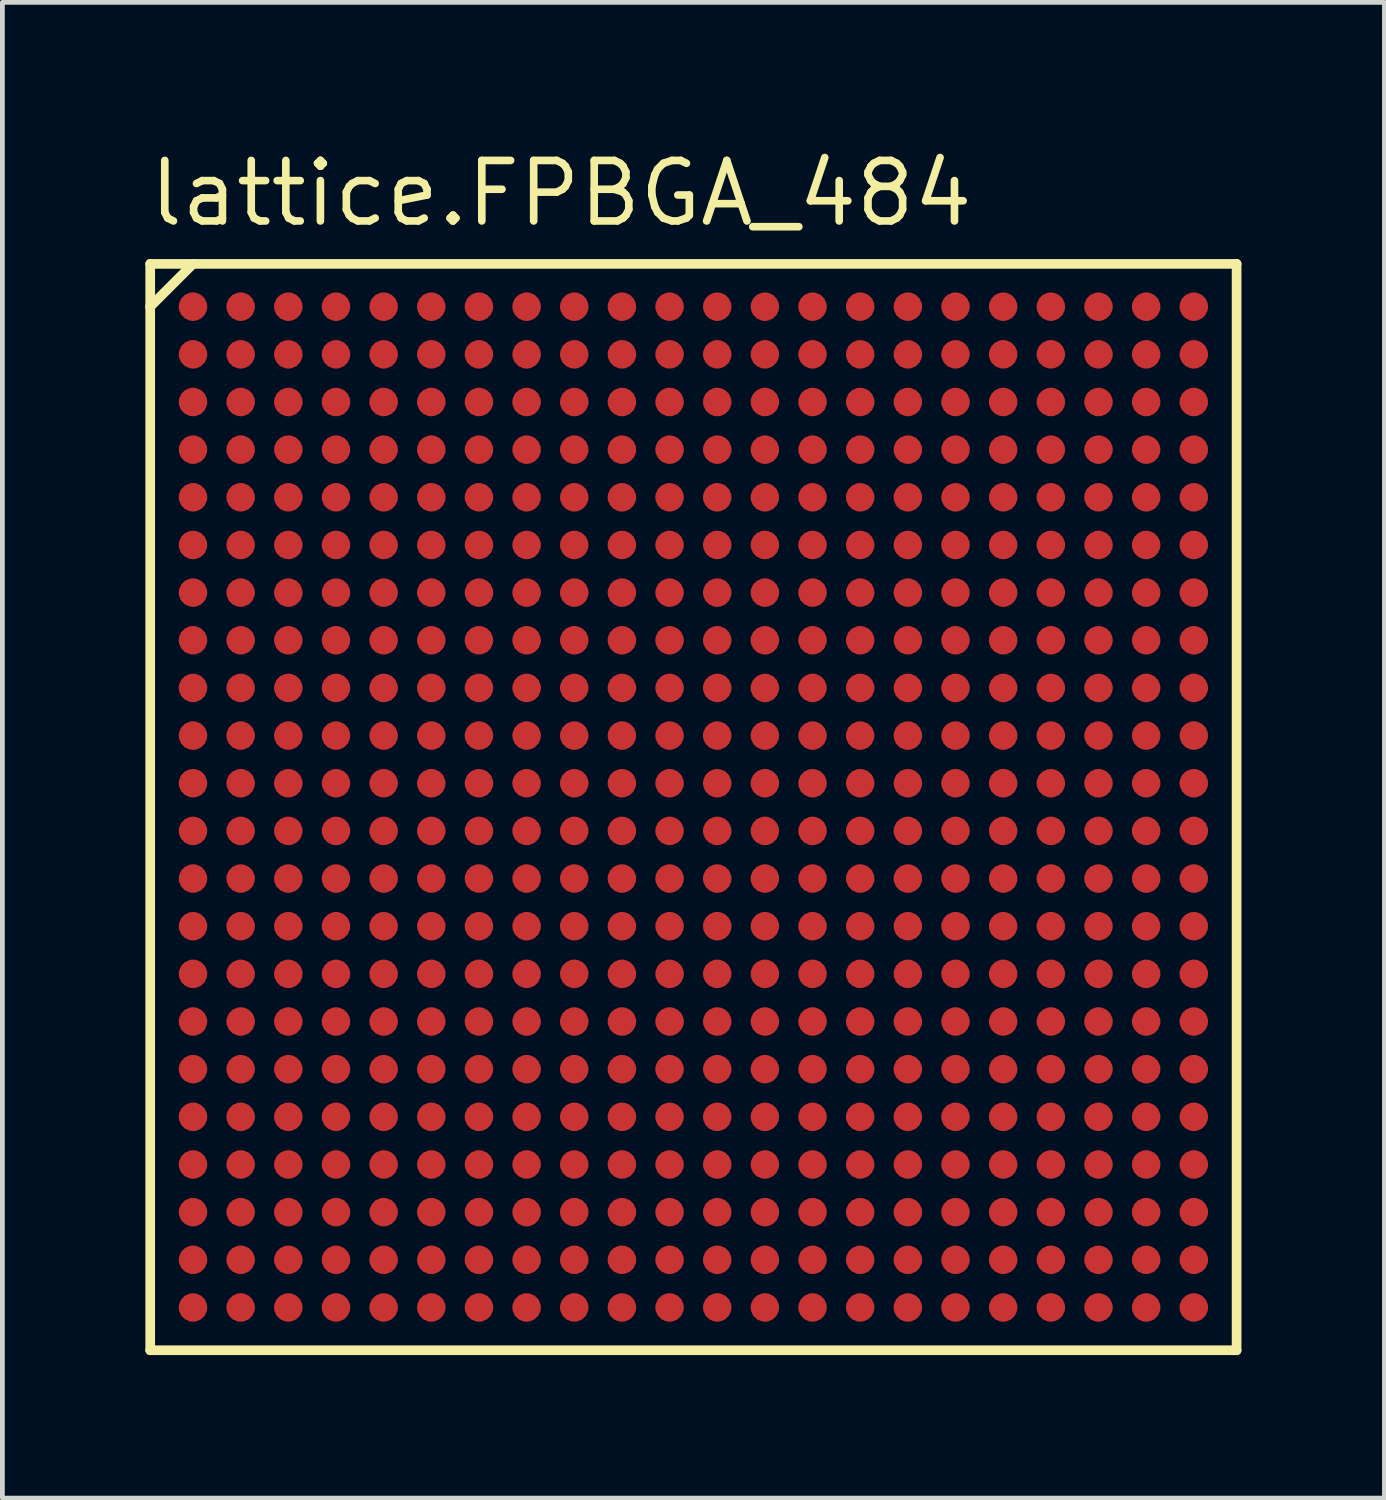
<source format=kicad_pcb>
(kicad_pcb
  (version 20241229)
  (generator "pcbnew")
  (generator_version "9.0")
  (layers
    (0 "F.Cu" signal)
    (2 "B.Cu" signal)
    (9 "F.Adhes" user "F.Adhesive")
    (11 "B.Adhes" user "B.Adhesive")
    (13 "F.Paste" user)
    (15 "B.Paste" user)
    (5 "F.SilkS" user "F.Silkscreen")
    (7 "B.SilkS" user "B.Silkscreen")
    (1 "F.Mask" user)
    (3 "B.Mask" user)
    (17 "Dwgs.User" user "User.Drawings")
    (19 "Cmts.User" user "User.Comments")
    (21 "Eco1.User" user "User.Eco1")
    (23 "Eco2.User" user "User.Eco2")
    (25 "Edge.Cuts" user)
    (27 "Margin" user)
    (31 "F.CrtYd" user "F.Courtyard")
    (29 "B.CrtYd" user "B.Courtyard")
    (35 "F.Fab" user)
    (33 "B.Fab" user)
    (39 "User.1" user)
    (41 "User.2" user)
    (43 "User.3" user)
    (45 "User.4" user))
  (footprint "lattice.FPBGA_484"
    (layer "F.Cu")
    (at 11.5 13.885)
    (property "Reference" "lattice.FPBGA_484" (at -11.5 -12.135 0) (layer "F.SilkS") (effects (font (size 1.27 1.27) (thickness 0.16)) (justify left bottom)))
    (attr smd)
    (fp_circle (center -10.5 -10.5) (end -10.2 -10.5) (stroke (width 0.1) (type default)) (fill no) (layer "F.Mask"))
    (fp_circle (center -10.5 -9.5) (end -10.2 -9.5) (stroke (width 0.1) (type default)) (fill no) (layer "F.Mask"))
    (fp_circle (center -10.5 -8.5) (end -10.2 -8.5) (stroke (width 0.1) (type default)) (fill no) (layer "F.Mask"))
    (fp_circle (center -10.5 -7.5) (end -10.2 -7.5) (stroke (width 0.1) (type default)) (fill no) (layer "F.Mask"))
    (fp_circle (center -10.5 -6.5) (end -10.2 -6.5) (stroke (width 0.1) (type default)) (fill no) (layer "F.Mask"))
    (fp_circle (center -10.5 -5.5) (end -10.2 -5.5) (stroke (width 0.1) (type default)) (fill no) (layer "F.Mask"))
    (fp_circle (center -10.5 -4.5) (end -10.2 -4.5) (stroke (width 0.1) (type default)) (fill no) (layer "F.Mask"))
    (fp_circle (center -10.5 -3.5) (end -10.2 -3.5) (stroke (width 0.1) (type default)) (fill no) (layer "F.Mask"))
    (fp_circle (center -10.5 -2.5) (end -10.2 -2.5) (stroke (width 0.1) (type default)) (fill no) (layer "F.Mask"))
    (fp_circle (center -10.5 -1.5) (end -10.2 -1.5) (stroke (width 0.1) (type default)) (fill no) (layer "F.Mask"))
    (fp_circle (center -10.5 -0.5) (end -10.2 -0.5) (stroke (width 0.1) (type default)) (fill no) (layer "F.Mask"))
    (fp_circle (center -10.5 0.5) (end -10.2 0.5) (stroke (width 0.1) (type default)) (fill no) (layer "F.Mask"))
    (fp_circle (center -10.5 1.5) (end -10.2 1.5) (stroke (width 0.1) (type default)) (fill no) (layer "F.Mask"))
    (fp_circle (center -10.5 2.5) (end -10.2 2.5) (stroke (width 0.1) (type default)) (fill no) (layer "F.Mask"))
    (fp_circle (center -10.5 3.5) (end -10.2 3.5) (stroke (width 0.1) (type default)) (fill no) (layer "F.Mask"))
    (fp_circle (center -10.5 4.5) (end -10.2 4.5) (stroke (width 0.1) (type default)) (fill no) (layer "F.Mask"))
    (fp_circle (center -10.5 5.5) (end -10.2 5.5) (stroke (width 0.1) (type default)) (fill no) (layer "F.Mask"))
    (fp_circle (center -10.5 6.5) (end -10.2 6.5) (stroke (width 0.1) (type default)) (fill no) (layer "F.Mask"))
    (fp_circle (center -10.5 7.5) (end -10.2 7.5) (stroke (width 0.1) (type default)) (fill no) (layer "F.Mask"))
    (fp_circle (center -10.5 8.5) (end -10.2 8.5) (stroke (width 0.1) (type default)) (fill no) (layer "F.Mask"))
    (fp_circle (center -10.5 9.5) (end -10.2 9.5) (stroke (width 0.1) (type default)) (fill no) (layer "F.Mask"))
    (fp_circle (center -10.5 10.5) (end -10.2 10.5) (stroke (width 0.1) (type default)) (fill no) (layer "F.Mask"))
    (fp_circle (center -9.5 -10.5) (end -9.2 -10.5) (stroke (width 0.1) (type default)) (fill no) (layer "F.Mask"))
    (fp_circle (center -9.5 -9.5) (end -9.2 -9.5) (stroke (width 0.1) (type default)) (fill no) (layer "F.Mask"))
    (fp_circle (center -9.5 -8.5) (end -9.2 -8.5) (stroke (width 0.1) (type default)) (fill no) (layer "F.Mask"))
    (fp_circle (center -9.5 -7.5) (end -9.2 -7.5) (stroke (width 0.1) (type default)) (fill no) (layer "F.Mask"))
    (fp_circle (center -9.5 -6.5) (end -9.2 -6.5) (stroke (width 0.1) (type default)) (fill no) (layer "F.Mask"))
    (fp_circle (center -9.5 -5.5) (end -9.2 -5.5) (stroke (width 0.1) (type default)) (fill no) (layer "F.Mask"))
    (fp_circle (center -9.5 -4.5) (end -9.2 -4.5) (stroke (width 0.1) (type default)) (fill no) (layer "F.Mask"))
    (fp_circle (center -9.5 -3.5) (end -9.2 -3.5) (stroke (width 0.1) (type default)) (fill no) (layer "F.Mask"))
    (fp_circle (center -9.5 -2.5) (end -9.2 -2.5) (stroke (width 0.1) (type default)) (fill no) (layer "F.Mask"))
    (fp_circle (center -9.5 -1.5) (end -9.2 -1.5) (stroke (width 0.1) (type default)) (fill no) (layer "F.Mask"))
    (fp_circle (center -9.5 -0.5) (end -9.2 -0.5) (stroke (width 0.1) (type default)) (fill no) (layer "F.Mask"))
    (fp_circle (center -9.5 0.5) (end -9.2 0.5) (stroke (width 0.1) (type default)) (fill no) (layer "F.Mask"))
    (fp_circle (center -9.5 1.5) (end -9.2 1.5) (stroke (width 0.1) (type default)) (fill no) (layer "F.Mask"))
    (fp_circle (center -9.5 2.5) (end -9.2 2.5) (stroke (width 0.1) (type default)) (fill no) (layer "F.Mask"))
    (fp_circle (center -9.5 3.5) (end -9.2 3.5) (stroke (width 0.1) (type default)) (fill no) (layer "F.Mask"))
    (fp_circle (center -9.5 4.5) (end -9.2 4.5) (stroke (width 0.1) (type default)) (fill no) (layer "F.Mask"))
    (fp_circle (center -9.5 5.5) (end -9.2 5.5) (stroke (width 0.1) (type default)) (fill no) (layer "F.Mask"))
    (fp_circle (center -9.5 6.5) (end -9.2 6.5) (stroke (width 0.1) (type default)) (fill no) (layer "F.Mask"))
    (fp_circle (center -9.5 7.5) (end -9.2 7.5) (stroke (width 0.1) (type default)) (fill no) (layer "F.Mask"))
    (fp_circle (center -9.5 8.5) (end -9.2 8.5) (stroke (width 0.1) (type default)) (fill no) (layer "F.Mask"))
    (fp_circle (center -9.5 9.5) (end -9.2 9.5) (stroke (width 0.1) (type default)) (fill no) (layer "F.Mask"))
    (fp_circle (center -9.5 10.5) (end -9.2 10.5) (stroke (width 0.1) (type default)) (fill no) (layer "F.Mask"))
    (fp_circle (center -8.5 -10.5) (end -8.2 -10.5) (stroke (width 0.1) (type default)) (fill no) (layer "F.Mask"))
    (fp_circle (center -8.5 -9.5) (end -8.2 -9.5) (stroke (width 0.1) (type default)) (fill no) (layer "F.Mask"))
    (fp_circle (center -8.5 -8.5) (end -8.2 -8.5) (stroke (width 0.1) (type default)) (fill no) (layer "F.Mask"))
    (fp_circle (center -8.5 -7.5) (end -8.2 -7.5) (stroke (width 0.1) (type default)) (fill no) (layer "F.Mask"))
    (fp_circle (center -8.5 -6.5) (end -8.2 -6.5) (stroke (width 0.1) (type default)) (fill no) (layer "F.Mask"))
    (fp_circle (center -8.5 -5.5) (end -8.2 -5.5) (stroke (width 0.1) (type default)) (fill no) (layer "F.Mask"))
    (fp_circle (center -8.5 -4.5) (end -8.2 -4.5) (stroke (width 0.1) (type default)) (fill no) (layer "F.Mask"))
    (fp_circle (center -8.5 -3.5) (end -8.2 -3.5) (stroke (width 0.1) (type default)) (fill no) (layer "F.Mask"))
    (fp_circle (center -8.5 -2.5) (end -8.2 -2.5) (stroke (width 0.1) (type default)) (fill no) (layer "F.Mask"))
    (fp_circle (center -8.5 -1.5) (end -8.2 -1.5) (stroke (width 0.1) (type default)) (fill no) (layer "F.Mask"))
    (fp_circle (center -8.5 -0.5) (end -8.2 -0.5) (stroke (width 0.1) (type default)) (fill no) (layer "F.Mask"))
    (fp_circle (center -8.5 0.5) (end -8.2 0.5) (stroke (width 0.1) (type default)) (fill no) (layer "F.Mask"))
    (fp_circle (center -8.5 1.5) (end -8.2 1.5) (stroke (width 0.1) (type default)) (fill no) (layer "F.Mask"))
    (fp_circle (center -8.5 2.5) (end -8.2 2.5) (stroke (width 0.1) (type default)) (fill no) (layer "F.Mask"))
    (fp_circle (center -8.5 3.5) (end -8.2 3.5) (stroke (width 0.1) (type default)) (fill no) (layer "F.Mask"))
    (fp_circle (center -8.5 4.5) (end -8.2 4.5) (stroke (width 0.1) (type default)) (fill no) (layer "F.Mask"))
    (fp_circle (center -8.5 5.5) (end -8.2 5.5) (stroke (width 0.1) (type default)) (fill no) (layer "F.Mask"))
    (fp_circle (center -8.5 6.5) (end -8.2 6.5) (stroke (width 0.1) (type default)) (fill no) (layer "F.Mask"))
    (fp_circle (center -8.5 7.5) (end -8.2 7.5) (stroke (width 0.1) (type default)) (fill no) (layer "F.Mask"))
    (fp_circle (center -8.5 8.5) (end -8.2 8.5) (stroke (width 0.1) (type default)) (fill no) (layer "F.Mask"))
    (fp_circle (center -8.5 9.5) (end -8.2 9.5) (stroke (width 0.1) (type default)) (fill no) (layer "F.Mask"))
    (fp_circle (center -8.5 10.5) (end -8.2 10.5) (stroke (width 0.1) (type default)) (fill no) (layer "F.Mask"))
    (fp_circle (center -7.5 -10.5) (end -7.2 -10.5) (stroke (width 0.1) (type default)) (fill no) (layer "F.Mask"))
    (fp_circle (center -7.5 -9.5) (end -7.2 -9.5) (stroke (width 0.1) (type default)) (fill no) (layer "F.Mask"))
    (fp_circle (center -7.5 -8.5) (end -7.2 -8.5) (stroke (width 0.1) (type default)) (fill no) (layer "F.Mask"))
    (fp_circle (center -7.5 -7.5) (end -7.2 -7.5) (stroke (width 0.1) (type default)) (fill no) (layer "F.Mask"))
    (fp_circle (center -7.5 -6.5) (end -7.2 -6.5) (stroke (width 0.1) (type default)) (fill no) (layer "F.Mask"))
    (fp_circle (center -7.5 -5.5) (end -7.2 -5.5) (stroke (width 0.1) (type default)) (fill no) (layer "F.Mask"))
    (fp_circle (center -7.5 -4.5) (end -7.2 -4.5) (stroke (width 0.1) (type default)) (fill no) (layer "F.Mask"))
    (fp_circle (center -7.5 -3.5) (end -7.2 -3.5) (stroke (width 0.1) (type default)) (fill no) (layer "F.Mask"))
    (fp_circle (center -7.5 -2.5) (end -7.2 -2.5) (stroke (width 0.1) (type default)) (fill no) (layer "F.Mask"))
    (fp_circle (center -7.5 -1.5) (end -7.2 -1.5) (stroke (width 0.1) (type default)) (fill no) (layer "F.Mask"))
    (fp_circle (center -7.5 -0.5) (end -7.2 -0.5) (stroke (width 0.1) (type default)) (fill no) (layer "F.Mask"))
    (fp_circle (center -7.5 0.5) (end -7.2 0.5) (stroke (width 0.1) (type default)) (fill no) (layer "F.Mask"))
    (fp_circle (center -7.5 1.5) (end -7.2 1.5) (stroke (width 0.1) (type default)) (fill no) (layer "F.Mask"))
    (fp_circle (center -7.5 2.5) (end -7.2 2.5) (stroke (width 0.1) (type default)) (fill no) (layer "F.Mask"))
    (fp_circle (center -7.5 3.5) (end -7.2 3.5) (stroke (width 0.1) (type default)) (fill no) (layer "F.Mask"))
    (fp_circle (center -7.5 4.5) (end -7.2 4.5) (stroke (width 0.1) (type default)) (fill no) (layer "F.Mask"))
    (fp_circle (center -7.5 5.5) (end -7.2 5.5) (stroke (width 0.1) (type default)) (fill no) (layer "F.Mask"))
    (fp_circle (center -7.5 6.5) (end -7.2 6.5) (stroke (width 0.1) (type default)) (fill no) (layer "F.Mask"))
    (fp_circle (center -7.5 7.5) (end -7.2 7.5) (stroke (width 0.1) (type default)) (fill no) (layer "F.Mask"))
    (fp_circle (center -7.5 8.5) (end -7.2 8.5) (stroke (width 0.1) (type default)) (fill no) (layer "F.Mask"))
    (fp_circle (center -7.5 9.5) (end -7.2 9.5) (stroke (width 0.1) (type default)) (fill no) (layer "F.Mask"))
    (fp_circle (center -7.5 10.5) (end -7.2 10.5) (stroke (width 0.1) (type default)) (fill no) (layer "F.Mask"))
    (fp_circle (center -6.5 -10.5) (end -6.2 -10.5) (stroke (width 0.1) (type default)) (fill no) (layer "F.Mask"))
    (fp_circle (center -6.5 -9.5) (end -6.2 -9.5) (stroke (width 0.1) (type default)) (fill no) (layer "F.Mask"))
    (fp_circle (center -6.5 -8.5) (end -6.2 -8.5) (stroke (width 0.1) (type default)) (fill no) (layer "F.Mask"))
    (fp_circle (center -6.5 -7.5) (end -6.2 -7.5) (stroke (width 0.1) (type default)) (fill no) (layer "F.Mask"))
    (fp_circle (center -6.5 -6.5) (end -6.2 -6.5) (stroke (width 0.1) (type default)) (fill no) (layer "F.Mask"))
    (fp_circle (center -6.5 -5.5) (end -6.2 -5.5) (stroke (width 0.1) (type default)) (fill no) (layer "F.Mask"))
    (fp_circle (center -6.5 -4.5) (end -6.2 -4.5) (stroke (width 0.1) (type default)) (fill no) (layer "F.Mask"))
    (fp_circle (center -6.5 -3.5) (end -6.2 -3.5) (stroke (width 0.1) (type default)) (fill no) (layer "F.Mask"))
    (fp_circle (center -6.5 -2.5) (end -6.2 -2.5) (stroke (width 0.1) (type default)) (fill no) (layer "F.Mask"))
    (fp_circle (center -6.5 -1.5) (end -6.2 -1.5) (stroke (width 0.1) (type default)) (fill no) (layer "F.Mask"))
    (fp_circle (center -6.5 -0.5) (end -6.2 -0.5) (stroke (width 0.1) (type default)) (fill no) (layer "F.Mask"))
    (fp_circle (center -6.5 0.5) (end -6.2 0.5) (stroke (width 0.1) (type default)) (fill no) (layer "F.Mask"))
    (fp_circle (center -6.5 1.5) (end -6.2 1.5) (stroke (width 0.1) (type default)) (fill no) (layer "F.Mask"))
    (fp_circle (center -6.5 2.5) (end -6.2 2.5) (stroke (width 0.1) (type default)) (fill no) (layer "F.Mask"))
    (fp_circle (center -6.5 3.5) (end -6.2 3.5) (stroke (width 0.1) (type default)) (fill no) (layer "F.Mask"))
    (fp_circle (center -6.5 4.5) (end -6.2 4.5) (stroke (width 0.1) (type default)) (fill no) (layer "F.Mask"))
    (fp_circle (center -6.5 5.5) (end -6.2 5.5) (stroke (width 0.1) (type default)) (fill no) (layer "F.Mask"))
    (fp_circle (center -6.5 6.5) (end -6.2 6.5) (stroke (width 0.1) (type default)) (fill no) (layer "F.Mask"))
    (fp_circle (center -6.5 7.5) (end -6.2 7.5) (stroke (width 0.1) (type default)) (fill no) (layer "F.Mask"))
    (fp_circle (center -6.5 8.5) (end -6.2 8.5) (stroke (width 0.1) (type default)) (fill no) (layer "F.Mask"))
    (fp_circle (center -6.5 9.5) (end -6.2 9.5) (stroke (width 0.1) (type default)) (fill no) (layer "F.Mask"))
    (fp_circle (center -6.5 10.5) (end -6.2 10.5) (stroke (width 0.1) (type default)) (fill no) (layer "F.Mask"))
    (fp_circle (center -5.5 -10.5) (end -5.2 -10.5) (stroke (width 0.1) (type default)) (fill no) (layer "F.Mask"))
    (fp_circle (center -5.5 -9.5) (end -5.2 -9.5) (stroke (width 0.1) (type default)) (fill no) (layer "F.Mask"))
    (fp_circle (center -5.5 -8.5) (end -5.2 -8.5) (stroke (width 0.1) (type default)) (fill no) (layer "F.Mask"))
    (fp_circle (center -5.5 -7.5) (end -5.2 -7.5) (stroke (width 0.1) (type default)) (fill no) (layer "F.Mask"))
    (fp_circle (center -5.5 -6.5) (end -5.2 -6.5) (stroke (width 0.1) (type default)) (fill no) (layer "F.Mask"))
    (fp_circle (center -5.5 -5.5) (end -5.2 -5.5) (stroke (width 0.1) (type default)) (fill no) (layer "F.Mask"))
    (fp_circle (center -5.5 -4.5) (end -5.2 -4.5) (stroke (width 0.1) (type default)) (fill no) (layer "F.Mask"))
    (fp_circle (center -5.5 -3.5) (end -5.2 -3.5) (stroke (width 0.1) (type default)) (fill no) (layer "F.Mask"))
    (fp_circle (center -5.5 -2.5) (end -5.2 -2.5) (stroke (width 0.1) (type default)) (fill no) (layer "F.Mask"))
    (fp_circle (center -5.5 -1.5) (end -5.2 -1.5) (stroke (width 0.1) (type default)) (fill no) (layer "F.Mask"))
    (fp_circle (center -5.5 -0.5) (end -5.2 -0.5) (stroke (width 0.1) (type default)) (fill no) (layer "F.Mask"))
    (fp_circle (center -5.5 0.5) (end -5.2 0.5) (stroke (width 0.1) (type default)) (fill no) (layer "F.Mask"))
    (fp_circle (center -5.5 1.5) (end -5.2 1.5) (stroke (width 0.1) (type default)) (fill no) (layer "F.Mask"))
    (fp_circle (center -5.5 2.5) (end -5.2 2.5) (stroke (width 0.1) (type default)) (fill no) (layer "F.Mask"))
    (fp_circle (center -5.5 3.5) (end -5.2 3.5) (stroke (width 0.1) (type default)) (fill no) (layer "F.Mask"))
    (fp_circle (center -5.5 4.5) (end -5.2 4.5) (stroke (width 0.1) (type default)) (fill no) (layer "F.Mask"))
    (fp_circle (center -5.5 5.5) (end -5.2 5.5) (stroke (width 0.1) (type default)) (fill no) (layer "F.Mask"))
    (fp_circle (center -5.5 6.5) (end -5.2 6.5) (stroke (width 0.1) (type default)) (fill no) (layer "F.Mask"))
    (fp_circle (center -5.5 7.5) (end -5.2 7.5) (stroke (width 0.1) (type default)) (fill no) (layer "F.Mask"))
    (fp_circle (center -5.5 8.5) (end -5.2 8.5) (stroke (width 0.1) (type default)) (fill no) (layer "F.Mask"))
    (fp_circle (center -5.5 9.5) (end -5.2 9.5) (stroke (width 0.1) (type default)) (fill no) (layer "F.Mask"))
    (fp_circle (center -5.5 10.5) (end -5.2 10.5) (stroke (width 0.1) (type default)) (fill no) (layer "F.Mask"))
    (fp_circle (center -4.5 -10.5) (end -4.2 -10.5) (stroke (width 0.1) (type default)) (fill no) (layer "F.Mask"))
    (fp_circle (center -4.5 -9.5) (end -4.2 -9.5) (stroke (width 0.1) (type default)) (fill no) (layer "F.Mask"))
    (fp_circle (center -4.5 -8.5) (end -4.2 -8.5) (stroke (width 0.1) (type default)) (fill no) (layer "F.Mask"))
    (fp_circle (center -4.5 -7.5) (end -4.2 -7.5) (stroke (width 0.1) (type default)) (fill no) (layer "F.Mask"))
    (fp_circle (center -4.5 -6.5) (end -4.2 -6.5) (stroke (width 0.1) (type default)) (fill no) (layer "F.Mask"))
    (fp_circle (center -4.5 -5.5) (end -4.2 -5.5) (stroke (width 0.1) (type default)) (fill no) (layer "F.Mask"))
    (fp_circle (center -4.5 -4.5) (end -4.2 -4.5) (stroke (width 0.1) (type default)) (fill no) (layer "F.Mask"))
    (fp_circle (center -4.5 -3.5) (end -4.2 -3.5) (stroke (width 0.1) (type default)) (fill no) (layer "F.Mask"))
    (fp_circle (center -4.5 -2.5) (end -4.2 -2.5) (stroke (width 0.1) (type default)) (fill no) (layer "F.Mask"))
    (fp_circle (center -4.5 -1.5) (end -4.2 -1.5) (stroke (width 0.1) (type default)) (fill no) (layer "F.Mask"))
    (fp_circle (center -4.5 -0.5) (end -4.2 -0.5) (stroke (width 0.1) (type default)) (fill no) (layer "F.Mask"))
    (fp_circle (center -4.5 0.5) (end -4.2 0.5) (stroke (width 0.1) (type default)) (fill no) (layer "F.Mask"))
    (fp_circle (center -4.5 1.5) (end -4.2 1.5) (stroke (width 0.1) (type default)) (fill no) (layer "F.Mask"))
    (fp_circle (center -4.5 2.5) (end -4.2 2.5) (stroke (width 0.1) (type default)) (fill no) (layer "F.Mask"))
    (fp_circle (center -4.5 3.5) (end -4.2 3.5) (stroke (width 0.1) (type default)) (fill no) (layer "F.Mask"))
    (fp_circle (center -4.5 4.5) (end -4.2 4.5) (stroke (width 0.1) (type default)) (fill no) (layer "F.Mask"))
    (fp_circle (center -4.5 5.5) (end -4.2 5.5) (stroke (width 0.1) (type default)) (fill no) (layer "F.Mask"))
    (fp_circle (center -4.5 6.5) (end -4.2 6.5) (stroke (width 0.1) (type default)) (fill no) (layer "F.Mask"))
    (fp_circle (center -4.5 7.5) (end -4.2 7.5) (stroke (width 0.1) (type default)) (fill no) (layer "F.Mask"))
    (fp_circle (center -4.5 8.5) (end -4.2 8.5) (stroke (width 0.1) (type default)) (fill no) (layer "F.Mask"))
    (fp_circle (center -4.5 9.5) (end -4.2 9.5) (stroke (width 0.1) (type default)) (fill no) (layer "F.Mask"))
    (fp_circle (center -4.5 10.5) (end -4.2 10.5) (stroke (width 0.1) (type default)) (fill no) (layer "F.Mask"))
    (fp_circle (center -3.5 -10.5) (end -3.2 -10.5) (stroke (width 0.1) (type default)) (fill no) (layer "F.Mask"))
    (fp_circle (center -3.5 -9.5) (end -3.2 -9.5) (stroke (width 0.1) (type default)) (fill no) (layer "F.Mask"))
    (fp_circle (center -3.5 -8.5) (end -3.2 -8.5) (stroke (width 0.1) (type default)) (fill no) (layer "F.Mask"))
    (fp_circle (center -3.5 -7.5) (end -3.2 -7.5) (stroke (width 0.1) (type default)) (fill no) (layer "F.Mask"))
    (fp_circle (center -3.5 -6.5) (end -3.2 -6.5) (stroke (width 0.1) (type default)) (fill no) (layer "F.Mask"))
    (fp_circle (center -3.5 -5.5) (end -3.2 -5.5) (stroke (width 0.1) (type default)) (fill no) (layer "F.Mask"))
    (fp_circle (center -3.5 -4.5) (end -3.2 -4.5) (stroke (width 0.1) (type default)) (fill no) (layer "F.Mask"))
    (fp_circle (center -3.5 -3.5) (end -3.2 -3.5) (stroke (width 0.1) (type default)) (fill no) (layer "F.Mask"))
    (fp_circle (center -3.5 -2.5) (end -3.2 -2.5) (stroke (width 0.1) (type default)) (fill no) (layer "F.Mask"))
    (fp_circle (center -3.5 -1.5) (end -3.2 -1.5) (stroke (width 0.1) (type default)) (fill no) (layer "F.Mask"))
    (fp_circle (center -3.5 -0.5) (end -3.2 -0.5) (stroke (width 0.1) (type default)) (fill no) (layer "F.Mask"))
    (fp_circle (center -3.5 0.5) (end -3.2 0.5) (stroke (width 0.1) (type default)) (fill no) (layer "F.Mask"))
    (fp_circle (center -3.5 1.5) (end -3.2 1.5) (stroke (width 0.1) (type default)) (fill no) (layer "F.Mask"))
    (fp_circle (center -3.5 2.5) (end -3.2 2.5) (stroke (width 0.1) (type default)) (fill no) (layer "F.Mask"))
    (fp_circle (center -3.5 3.5) (end -3.2 3.5) (stroke (width 0.1) (type default)) (fill no) (layer "F.Mask"))
    (fp_circle (center -3.5 4.5) (end -3.2 4.5) (stroke (width 0.1) (type default)) (fill no) (layer "F.Mask"))
    (fp_circle (center -3.5 5.5) (end -3.2 5.5) (stroke (width 0.1) (type default)) (fill no) (layer "F.Mask"))
    (fp_circle (center -3.5 6.5) (end -3.2 6.5) (stroke (width 0.1) (type default)) (fill no) (layer "F.Mask"))
    (fp_circle (center -3.5 7.5) (end -3.2 7.5) (stroke (width 0.1) (type default)) (fill no) (layer "F.Mask"))
    (fp_circle (center -3.5 8.5) (end -3.2 8.5) (stroke (width 0.1) (type default)) (fill no) (layer "F.Mask"))
    (fp_circle (center -3.5 9.5) (end -3.2 9.5) (stroke (width 0.1) (type default)) (fill no) (layer "F.Mask"))
    (fp_circle (center -3.5 10.5) (end -3.2 10.5) (stroke (width 0.1) (type default)) (fill no) (layer "F.Mask"))
    (fp_circle (center -2.5 -10.5) (end -2.2 -10.5) (stroke (width 0.1) (type default)) (fill no) (layer "F.Mask"))
    (fp_circle (center -2.5 -9.5) (end -2.2 -9.5) (stroke (width 0.1) (type default)) (fill no) (layer "F.Mask"))
    (fp_circle (center -2.5 -8.5) (end -2.2 -8.5) (stroke (width 0.1) (type default)) (fill no) (layer "F.Mask"))
    (fp_circle (center -2.5 -7.5) (end -2.2 -7.5) (stroke (width 0.1) (type default)) (fill no) (layer "F.Mask"))
    (fp_circle (center -2.5 -6.5) (end -2.2 -6.5) (stroke (width 0.1) (type default)) (fill no) (layer "F.Mask"))
    (fp_circle (center -2.5 -5.5) (end -2.2 -5.5) (stroke (width 0.1) (type default)) (fill no) (layer "F.Mask"))
    (fp_circle (center -2.5 -4.5) (end -2.2 -4.5) (stroke (width 0.1) (type default)) (fill no) (layer "F.Mask"))
    (fp_circle (center -2.5 -3.5) (end -2.2 -3.5) (stroke (width 0.1) (type default)) (fill no) (layer "F.Mask"))
    (fp_circle (center -2.5 -2.5) (end -2.2 -2.5) (stroke (width 0.1) (type default)) (fill no) (layer "F.Mask"))
    (fp_circle (center -2.5 -1.5) (end -2.2 -1.5) (stroke (width 0.1) (type default)) (fill no) (layer "F.Mask"))
    (fp_circle (center -2.5 -0.5) (end -2.2 -0.5) (stroke (width 0.1) (type default)) (fill no) (layer "F.Mask"))
    (fp_circle (center -2.5 0.5) (end -2.2 0.5) (stroke (width 0.1) (type default)) (fill no) (layer "F.Mask"))
    (fp_circle (center -2.5 1.5) (end -2.2 1.5) (stroke (width 0.1) (type default)) (fill no) (layer "F.Mask"))
    (fp_circle (center -2.5 2.5) (end -2.2 2.5) (stroke (width 0.1) (type default)) (fill no) (layer "F.Mask"))
    (fp_circle (center -2.5 3.5) (end -2.2 3.5) (stroke (width 0.1) (type default)) (fill no) (layer "F.Mask"))
    (fp_circle (center -2.5 4.5) (end -2.2 4.5) (stroke (width 0.1) (type default)) (fill no) (layer "F.Mask"))
    (fp_circle (center -2.5 5.5) (end -2.2 5.5) (stroke (width 0.1) (type default)) (fill no) (layer "F.Mask"))
    (fp_circle (center -2.5 6.5) (end -2.2 6.5) (stroke (width 0.1) (type default)) (fill no) (layer "F.Mask"))
    (fp_circle (center -2.5 7.5) (end -2.2 7.5) (stroke (width 0.1) (type default)) (fill no) (layer "F.Mask"))
    (fp_circle (center -2.5 8.5) (end -2.2 8.5) (stroke (width 0.1) (type default)) (fill no) (layer "F.Mask"))
    (fp_circle (center -2.5 9.5) (end -2.2 9.5) (stroke (width 0.1) (type default)) (fill no) (layer "F.Mask"))
    (fp_circle (center -2.5 10.5) (end -2.2 10.5) (stroke (width 0.1) (type default)) (fill no) (layer "F.Mask"))
    (fp_circle (center -1.5 -10.5) (end -1.2 -10.5) (stroke (width 0.1) (type default)) (fill no) (layer "F.Mask"))
    (fp_circle (center -1.5 -9.5) (end -1.2 -9.5) (stroke (width 0.1) (type default)) (fill no) (layer "F.Mask"))
    (fp_circle (center -1.5 -8.5) (end -1.2 -8.5) (stroke (width 0.1) (type default)) (fill no) (layer "F.Mask"))
    (fp_circle (center -1.5 -7.5) (end -1.2 -7.5) (stroke (width 0.1) (type default)) (fill no) (layer "F.Mask"))
    (fp_circle (center -1.5 -6.5) (end -1.2 -6.5) (stroke (width 0.1) (type default)) (fill no) (layer "F.Mask"))
    (fp_circle (center -1.5 -5.5) (end -1.2 -5.5) (stroke (width 0.1) (type default)) (fill no) (layer "F.Mask"))
    (fp_circle (center -1.5 -4.5) (end -1.2 -4.5) (stroke (width 0.1) (type default)) (fill no) (layer "F.Mask"))
    (fp_circle (center -1.5 -3.5) (end -1.2 -3.5) (stroke (width 0.1) (type default)) (fill no) (layer "F.Mask"))
    (fp_circle (center -1.5 -2.5) (end -1.2 -2.5) (stroke (width 0.1) (type default)) (fill no) (layer "F.Mask"))
    (fp_circle (center -1.5 -1.5) (end -1.2 -1.5) (stroke (width 0.1) (type default)) (fill no) (layer "F.Mask"))
    (fp_circle (center -1.5 -0.5) (end -1.2 -0.5) (stroke (width 0.1) (type default)) (fill no) (layer "F.Mask"))
    (fp_circle (center -1.5 0.5) (end -1.2 0.5) (stroke (width 0.1) (type default)) (fill no) (layer "F.Mask"))
    (fp_circle (center -1.5 1.5) (end -1.2 1.5) (stroke (width 0.1) (type default)) (fill no) (layer "F.Mask"))
    (fp_circle (center -1.5 2.5) (end -1.2 2.5) (stroke (width 0.1) (type default)) (fill no) (layer "F.Mask"))
    (fp_circle (center -1.5 3.5) (end -1.2 3.5) (stroke (width 0.1) (type default)) (fill no) (layer "F.Mask"))
    (fp_circle (center -1.5 4.5) (end -1.2 4.5) (stroke (width 0.1) (type default)) (fill no) (layer "F.Mask"))
    (fp_circle (center -1.5 5.5) (end -1.2 5.5) (stroke (width 0.1) (type default)) (fill no) (layer "F.Mask"))
    (fp_circle (center -1.5 6.5) (end -1.2 6.5) (stroke (width 0.1) (type default)) (fill no) (layer "F.Mask"))
    (fp_circle (center -1.5 7.5) (end -1.2 7.5) (stroke (width 0.1) (type default)) (fill no) (layer "F.Mask"))
    (fp_circle (center -1.5 8.5) (end -1.2 8.5) (stroke (width 0.1) (type default)) (fill no) (layer "F.Mask"))
    (fp_circle (center -1.5 9.5) (end -1.2 9.5) (stroke (width 0.1) (type default)) (fill no) (layer "F.Mask"))
    (fp_circle (center -1.5 10.5) (end -1.2 10.5) (stroke (width 0.1) (type default)) (fill no) (layer "F.Mask"))
    (fp_circle (center -0.5 -10.5) (end -0.2 -10.5) (stroke (width 0.1) (type default)) (fill no) (layer "F.Mask"))
    (fp_circle (center -0.5 -9.5) (end -0.2 -9.5) (stroke (width 0.1) (type default)) (fill no) (layer "F.Mask"))
    (fp_circle (center -0.5 -8.5) (end -0.2 -8.5) (stroke (width 0.1) (type default)) (fill no) (layer "F.Mask"))
    (fp_circle (center -0.5 -7.5) (end -0.2 -7.5) (stroke (width 0.1) (type default)) (fill no) (layer "F.Mask"))
    (fp_circle (center -0.5 -6.5) (end -0.2 -6.5) (stroke (width 0.1) (type default)) (fill no) (layer "F.Mask"))
    (fp_circle (center -0.5 -5.5) (end -0.2 -5.5) (stroke (width 0.1) (type default)) (fill no) (layer "F.Mask"))
    (fp_circle (center -0.5 -4.5) (end -0.2 -4.5) (stroke (width 0.1) (type default)) (fill no) (layer "F.Mask"))
    (fp_circle (center -0.5 -3.5) (end -0.2 -3.5) (stroke (width 0.1) (type default)) (fill no) (layer "F.Mask"))
    (fp_circle (center -0.5 -2.5) (end -0.2 -2.5) (stroke (width 0.1) (type default)) (fill no) (layer "F.Mask"))
    (fp_circle (center -0.5 -1.5) (end -0.2 -1.5) (stroke (width 0.1) (type default)) (fill no) (layer "F.Mask"))
    (fp_circle (center -0.5 -0.5) (end -0.2 -0.5) (stroke (width 0.1) (type default)) (fill no) (layer "F.Mask"))
    (fp_circle (center -0.5 0.5) (end -0.2 0.5) (stroke (width 0.1) (type default)) (fill no) (layer "F.Mask"))
    (fp_circle (center -0.5 1.5) (end -0.2 1.5) (stroke (width 0.1) (type default)) (fill no) (layer "F.Mask"))
    (fp_circle (center -0.5 2.5) (end -0.2 2.5) (stroke (width 0.1) (type default)) (fill no) (layer "F.Mask"))
    (fp_circle (center -0.5 3.5) (end -0.2 3.5) (stroke (width 0.1) (type default)) (fill no) (layer "F.Mask"))
    (fp_circle (center -0.5 4.5) (end -0.2 4.5) (stroke (width 0.1) (type default)) (fill no) (layer "F.Mask"))
    (fp_circle (center -0.5 5.5) (end -0.2 5.5) (stroke (width 0.1) (type default)) (fill no) (layer "F.Mask"))
    (fp_circle (center -0.5 6.5) (end -0.2 6.5) (stroke (width 0.1) (type default)) (fill no) (layer "F.Mask"))
    (fp_circle (center -0.5 7.5) (end -0.2 7.5) (stroke (width 0.1) (type default)) (fill no) (layer "F.Mask"))
    (fp_circle (center -0.5 8.5) (end -0.2 8.5) (stroke (width 0.1) (type default)) (fill no) (layer "F.Mask"))
    (fp_circle (center -0.5 9.5) (end -0.2 9.5) (stroke (width 0.1) (type default)) (fill no) (layer "F.Mask"))
    (fp_circle (center -0.5 10.5) (end -0.2 10.5) (stroke (width 0.1) (type default)) (fill no) (layer "F.Mask"))
    (fp_circle (center 0.5 -10.5) (end 0.8 -10.5) (stroke (width 0.1) (type default)) (fill no) (layer "F.Mask"))
    (fp_circle (center 0.5 -9.5) (end 0.8 -9.5) (stroke (width 0.1) (type default)) (fill no) (layer "F.Mask"))
    (fp_circle (center 0.5 -8.5) (end 0.8 -8.5) (stroke (width 0.1) (type default)) (fill no) (layer "F.Mask"))
    (fp_circle (center 0.5 -7.5) (end 0.8 -7.5) (stroke (width 0.1) (type default)) (fill no) (layer "F.Mask"))
    (fp_circle (center 0.5 -6.5) (end 0.8 -6.5) (stroke (width 0.1) (type default)) (fill no) (layer "F.Mask"))
    (fp_circle (center 0.5 -5.5) (end 0.8 -5.5) (stroke (width 0.1) (type default)) (fill no) (layer "F.Mask"))
    (fp_circle (center 0.5 -4.5) (end 0.8 -4.5) (stroke (width 0.1) (type default)) (fill no) (layer "F.Mask"))
    (fp_circle (center 0.5 -3.5) (end 0.8 -3.5) (stroke (width 0.1) (type default)) (fill no) (layer "F.Mask"))
    (fp_circle (center 0.5 -2.5) (end 0.8 -2.5) (stroke (width 0.1) (type default)) (fill no) (layer "F.Mask"))
    (fp_circle (center 0.5 -1.5) (end 0.8 -1.5) (stroke (width 0.1) (type default)) (fill no) (layer "F.Mask"))
    (fp_circle (center 0.5 -0.5) (end 0.8 -0.5) (stroke (width 0.1) (type default)) (fill no) (layer "F.Mask"))
    (fp_circle (center 0.5 0.5) (end 0.8 0.5) (stroke (width 0.1) (type default)) (fill no) (layer "F.Mask"))
    (fp_circle (center 0.5 1.5) (end 0.8 1.5) (stroke (width 0.1) (type default)) (fill no) (layer "F.Mask"))
    (fp_circle (center 0.5 2.5) (end 0.8 2.5) (stroke (width 0.1) (type default)) (fill no) (layer "F.Mask"))
    (fp_circle (center 0.5 3.5) (end 0.8 3.5) (stroke (width 0.1) (type default)) (fill no) (layer "F.Mask"))
    (fp_circle (center 0.5 4.5) (end 0.8 4.5) (stroke (width 0.1) (type default)) (fill no) (layer "F.Mask"))
    (fp_circle (center 0.5 5.5) (end 0.8 5.5) (stroke (width 0.1) (type default)) (fill no) (layer "F.Mask"))
    (fp_circle (center 0.5 6.5) (end 0.8 6.5) (stroke (width 0.1) (type default)) (fill no) (layer "F.Mask"))
    (fp_circle (center 0.5 7.5) (end 0.8 7.5) (stroke (width 0.1) (type default)) (fill no) (layer "F.Mask"))
    (fp_circle (center 0.5 8.5) (end 0.8 8.5) (stroke (width 0.1) (type default)) (fill no) (layer "F.Mask"))
    (fp_circle (center 0.5 9.5) (end 0.8 9.5) (stroke (width 0.1) (type default)) (fill no) (layer "F.Mask"))
    (fp_circle (center 0.5 10.5) (end 0.8 10.5) (stroke (width 0.1) (type default)) (fill no) (layer "F.Mask"))
    (fp_circle (center 1.5 -10.5) (end 1.8 -10.5) (stroke (width 0.1) (type default)) (fill no) (layer "F.Mask"))
    (fp_circle (center 1.5 -9.5) (end 1.8 -9.5) (stroke (width 0.1) (type default)) (fill no) (layer "F.Mask"))
    (fp_circle (center 1.5 -8.5) (end 1.8 -8.5) (stroke (width 0.1) (type default)) (fill no) (layer "F.Mask"))
    (fp_circle (center 1.5 -7.5) (end 1.8 -7.5) (stroke (width 0.1) (type default)) (fill no) (layer "F.Mask"))
    (fp_circle (center 1.5 -6.5) (end 1.8 -6.5) (stroke (width 0.1) (type default)) (fill no) (layer "F.Mask"))
    (fp_circle (center 1.5 -5.5) (end 1.8 -5.5) (stroke (width 0.1) (type default)) (fill no) (layer "F.Mask"))
    (fp_circle (center 1.5 -4.5) (end 1.8 -4.5) (stroke (width 0.1) (type default)) (fill no) (layer "F.Mask"))
    (fp_circle (center 1.5 -3.5) (end 1.8 -3.5) (stroke (width 0.1) (type default)) (fill no) (layer "F.Mask"))
    (fp_circle (center 1.5 -2.5) (end 1.8 -2.5) (stroke (width 0.1) (type default)) (fill no) (layer "F.Mask"))
    (fp_circle (center 1.5 -1.5) (end 1.8 -1.5) (stroke (width 0.1) (type default)) (fill no) (layer "F.Mask"))
    (fp_circle (center 1.5 -0.5) (end 1.8 -0.5) (stroke (width 0.1) (type default)) (fill no) (layer "F.Mask"))
    (fp_circle (center 1.5 0.5) (end 1.8 0.5) (stroke (width 0.1) (type default)) (fill no) (layer "F.Mask"))
    (fp_circle (center 1.5 1.5) (end 1.8 1.5) (stroke (width 0.1) (type default)) (fill no) (layer "F.Mask"))
    (fp_circle (center 1.5 2.5) (end 1.8 2.5) (stroke (width 0.1) (type default)) (fill no) (layer "F.Mask"))
    (fp_circle (center 1.5 3.5) (end 1.8 3.5) (stroke (width 0.1) (type default)) (fill no) (layer "F.Mask"))
    (fp_circle (center 1.5 4.5) (end 1.8 4.5) (stroke (width 0.1) (type default)) (fill no) (layer "F.Mask"))
    (fp_circle (center 1.5 5.5) (end 1.8 5.5) (stroke (width 0.1) (type default)) (fill no) (layer "F.Mask"))
    (fp_circle (center 1.5 6.5) (end 1.8 6.5) (stroke (width 0.1) (type default)) (fill no) (layer "F.Mask"))
    (fp_circle (center 1.5 7.5) (end 1.8 7.5) (stroke (width 0.1) (type default)) (fill no) (layer "F.Mask"))
    (fp_circle (center 1.5 8.5) (end 1.8 8.5) (stroke (width 0.1) (type default)) (fill no) (layer "F.Mask"))
    (fp_circle (center 1.5 9.5) (end 1.8 9.5) (stroke (width 0.1) (type default)) (fill no) (layer "F.Mask"))
    (fp_circle (center 1.5 10.5) (end 1.8 10.5) (stroke (width 0.1) (type default)) (fill no) (layer "F.Mask"))
    (fp_circle (center 2.5 -10.5) (end 2.8 -10.5) (stroke (width 0.1) (type default)) (fill no) (layer "F.Mask"))
    (fp_circle (center 2.5 -9.5) (end 2.8 -9.5) (stroke (width 0.1) (type default)) (fill no) (layer "F.Mask"))
    (fp_circle (center 2.5 -8.5) (end 2.8 -8.5) (stroke (width 0.1) (type default)) (fill no) (layer "F.Mask"))
    (fp_circle (center 2.5 -7.5) (end 2.8 -7.5) (stroke (width 0.1) (type default)) (fill no) (layer "F.Mask"))
    (fp_circle (center 2.5 -6.5) (end 2.8 -6.5) (stroke (width 0.1) (type default)) (fill no) (layer "F.Mask"))
    (fp_circle (center 2.5 -5.5) (end 2.8 -5.5) (stroke (width 0.1) (type default)) (fill no) (layer "F.Mask"))
    (fp_circle (center 2.5 -4.5) (end 2.8 -4.5) (stroke (width 0.1) (type default)) (fill no) (layer "F.Mask"))
    (fp_circle (center 2.5 -3.5) (end 2.8 -3.5) (stroke (width 0.1) (type default)) (fill no) (layer "F.Mask"))
    (fp_circle (center 2.5 -2.5) (end 2.8 -2.5) (stroke (width 0.1) (type default)) (fill no) (layer "F.Mask"))
    (fp_circle (center 2.5 -1.5) (end 2.8 -1.5) (stroke (width 0.1) (type default)) (fill no) (layer "F.Mask"))
    (fp_circle (center 2.5 -0.5) (end 2.8 -0.5) (stroke (width 0.1) (type default)) (fill no) (layer "F.Mask"))
    (fp_circle (center 2.5 0.5) (end 2.8 0.5) (stroke (width 0.1) (type default)) (fill no) (layer "F.Mask"))
    (fp_circle (center 2.5 1.5) (end 2.8 1.5) (stroke (width 0.1) (type default)) (fill no) (layer "F.Mask"))
    (fp_circle (center 2.5 2.5) (end 2.8 2.5) (stroke (width 0.1) (type default)) (fill no) (layer "F.Mask"))
    (fp_circle (center 2.5 3.5) (end 2.8 3.5) (stroke (width 0.1) (type default)) (fill no) (layer "F.Mask"))
    (fp_circle (center 2.5 4.5) (end 2.8 4.5) (stroke (width 0.1) (type default)) (fill no) (layer "F.Mask"))
    (fp_circle (center 2.5 5.5) (end 2.8 5.5) (stroke (width 0.1) (type default)) (fill no) (layer "F.Mask"))
    (fp_circle (center 2.5 6.5) (end 2.8 6.5) (stroke (width 0.1) (type default)) (fill no) (layer "F.Mask"))
    (fp_circle (center 2.5 7.5) (end 2.8 7.5) (stroke (width 0.1) (type default)) (fill no) (layer "F.Mask"))
    (fp_circle (center 2.5 8.5) (end 2.8 8.5) (stroke (width 0.1) (type default)) (fill no) (layer "F.Mask"))
    (fp_circle (center 2.5 9.5) (end 2.8 9.5) (stroke (width 0.1) (type default)) (fill no) (layer "F.Mask"))
    (fp_circle (center 2.5 10.5) (end 2.8 10.5) (stroke (width 0.1) (type default)) (fill no) (layer "F.Mask"))
    (fp_circle (center 3.5 -10.5) (end 3.8 -10.5) (stroke (width 0.1) (type default)) (fill no) (layer "F.Mask"))
    (fp_circle (center 3.5 -9.5) (end 3.8 -9.5) (stroke (width 0.1) (type default)) (fill no) (layer "F.Mask"))
    (fp_circle (center 3.5 -8.5) (end 3.8 -8.5) (stroke (width 0.1) (type default)) (fill no) (layer "F.Mask"))
    (fp_circle (center 3.5 -7.5) (end 3.8 -7.5) (stroke (width 0.1) (type default)) (fill no) (layer "F.Mask"))
    (fp_circle (center 3.5 -6.5) (end 3.8 -6.5) (stroke (width 0.1) (type default)) (fill no) (layer "F.Mask"))
    (fp_circle (center 3.5 -5.5) (end 3.8 -5.5) (stroke (width 0.1) (type default)) (fill no) (layer "F.Mask"))
    (fp_circle (center 3.5 -4.5) (end 3.8 -4.5) (stroke (width 0.1) (type default)) (fill no) (layer "F.Mask"))
    (fp_circle (center 3.5 -3.5) (end 3.8 -3.5) (stroke (width 0.1) (type default)) (fill no) (layer "F.Mask"))
    (fp_circle (center 3.5 -2.5) (end 3.8 -2.5) (stroke (width 0.1) (type default)) (fill no) (layer "F.Mask"))
    (fp_circle (center 3.5 -1.5) (end 3.8 -1.5) (stroke (width 0.1) (type default)) (fill no) (layer "F.Mask"))
    (fp_circle (center 3.5 -0.5) (end 3.8 -0.5) (stroke (width 0.1) (type default)) (fill no) (layer "F.Mask"))
    (fp_circle (center 3.5 0.5) (end 3.8 0.5) (stroke (width 0.1) (type default)) (fill no) (layer "F.Mask"))
    (fp_circle (center 3.5 1.5) (end 3.8 1.5) (stroke (width 0.1) (type default)) (fill no) (layer "F.Mask"))
    (fp_circle (center 3.5 2.5) (end 3.8 2.5) (stroke (width 0.1) (type default)) (fill no) (layer "F.Mask"))
    (fp_circle (center 3.5 3.5) (end 3.8 3.5) (stroke (width 0.1) (type default)) (fill no) (layer "F.Mask"))
    (fp_circle (center 3.5 4.5) (end 3.8 4.5) (stroke (width 0.1) (type default)) (fill no) (layer "F.Mask"))
    (fp_circle (center 3.5 5.5) (end 3.8 5.5) (stroke (width 0.1) (type default)) (fill no) (layer "F.Mask"))
    (fp_circle (center 3.5 6.5) (end 3.8 6.5) (stroke (width 0.1) (type default)) (fill no) (layer "F.Mask"))
    (fp_circle (center 3.5 7.5) (end 3.8 7.5) (stroke (width 0.1) (type default)) (fill no) (layer "F.Mask"))
    (fp_circle (center 3.5 8.5) (end 3.8 8.5) (stroke (width 0.1) (type default)) (fill no) (layer "F.Mask"))
    (fp_circle (center 3.5 9.5) (end 3.8 9.5) (stroke (width 0.1) (type default)) (fill no) (layer "F.Mask"))
    (fp_circle (center 3.5 10.5) (end 3.8 10.5) (stroke (width 0.1) (type default)) (fill no) (layer "F.Mask"))
    (fp_circle (center 4.5 -10.5) (end 4.8 -10.5) (stroke (width 0.1) (type default)) (fill no) (layer "F.Mask"))
    (fp_circle (center 4.5 -9.5) (end 4.8 -9.5) (stroke (width 0.1) (type default)) (fill no) (layer "F.Mask"))
    (fp_circle (center 4.5 -8.5) (end 4.8 -8.5) (stroke (width 0.1) (type default)) (fill no) (layer "F.Mask"))
    (fp_circle (center 4.5 -7.5) (end 4.8 -7.5) (stroke (width 0.1) (type default)) (fill no) (layer "F.Mask"))
    (fp_circle (center 4.5 -6.5) (end 4.8 -6.5) (stroke (width 0.1) (type default)) (fill no) (layer "F.Mask"))
    (fp_circle (center 4.5 -5.5) (end 4.8 -5.5) (stroke (width 0.1) (type default)) (fill no) (layer "F.Mask"))
    (fp_circle (center 4.5 -4.5) (end 4.8 -4.5) (stroke (width 0.1) (type default)) (fill no) (layer "F.Mask"))
    (fp_circle (center 4.5 -3.5) (end 4.8 -3.5) (stroke (width 0.1) (type default)) (fill no) (layer "F.Mask"))
    (fp_circle (center 4.5 -2.5) (end 4.8 -2.5) (stroke (width 0.1) (type default)) (fill no) (layer "F.Mask"))
    (fp_circle (center 4.5 -1.5) (end 4.8 -1.5) (stroke (width 0.1) (type default)) (fill no) (layer "F.Mask"))
    (fp_circle (center 4.5 -0.5) (end 4.8 -0.5) (stroke (width 0.1) (type default)) (fill no) (layer "F.Mask"))
    (fp_circle (center 4.5 0.5) (end 4.8 0.5) (stroke (width 0.1) (type default)) (fill no) (layer "F.Mask"))
    (fp_circle (center 4.5 1.5) (end 4.8 1.5) (stroke (width 0.1) (type default)) (fill no) (layer "F.Mask"))
    (fp_circle (center 4.5 2.5) (end 4.8 2.5) (stroke (width 0.1) (type default)) (fill no) (layer "F.Mask"))
    (fp_circle (center 4.5 3.5) (end 4.8 3.5) (stroke (width 0.1) (type default)) (fill no) (layer "F.Mask"))
    (fp_circle (center 4.5 4.5) (end 4.8 4.5) (stroke (width 0.1) (type default)) (fill no) (layer "F.Mask"))
    (fp_circle (center 4.5 5.5) (end 4.8 5.5) (stroke (width 0.1) (type default)) (fill no) (layer "F.Mask"))
    (fp_circle (center 4.5 6.5) (end 4.8 6.5) (stroke (width 0.1) (type default)) (fill no) (layer "F.Mask"))
    (fp_circle (center 4.5 7.5) (end 4.8 7.5) (stroke (width 0.1) (type default)) (fill no) (layer "F.Mask"))
    (fp_circle (center 4.5 8.5) (end 4.8 8.5) (stroke (width 0.1) (type default)) (fill no) (layer "F.Mask"))
    (fp_circle (center 4.5 9.5) (end 4.8 9.5) (stroke (width 0.1) (type default)) (fill no) (layer "F.Mask"))
    (fp_circle (center 4.5 10.5) (end 4.8 10.5) (stroke (width 0.1) (type default)) (fill no) (layer "F.Mask"))
    (fp_circle (center 5.5 -10.5) (end 5.8 -10.5) (stroke (width 0.1) (type default)) (fill no) (layer "F.Mask"))
    (fp_circle (center 5.5 -9.5) (end 5.8 -9.5) (stroke (width 0.1) (type default)) (fill no) (layer "F.Mask"))
    (fp_circle (center 5.5 -8.5) (end 5.8 -8.5) (stroke (width 0.1) (type default)) (fill no) (layer "F.Mask"))
    (fp_circle (center 5.5 -7.5) (end 5.8 -7.5) (stroke (width 0.1) (type default)) (fill no) (layer "F.Mask"))
    (fp_circle (center 5.5 -6.5) (end 5.8 -6.5) (stroke (width 0.1) (type default)) (fill no) (layer "F.Mask"))
    (fp_circle (center 5.5 -5.5) (end 5.8 -5.5) (stroke (width 0.1) (type default)) (fill no) (layer "F.Mask"))
    (fp_circle (center 5.5 -4.5) (end 5.8 -4.5) (stroke (width 0.1) (type default)) (fill no) (layer "F.Mask"))
    (fp_circle (center 5.5 -3.5) (end 5.8 -3.5) (stroke (width 0.1) (type default)) (fill no) (layer "F.Mask"))
    (fp_circle (center 5.5 -2.5) (end 5.8 -2.5) (stroke (width 0.1) (type default)) (fill no) (layer "F.Mask"))
    (fp_circle (center 5.5 -1.5) (end 5.8 -1.5) (stroke (width 0.1) (type default)) (fill no) (layer "F.Mask"))
    (fp_circle (center 5.5 -0.5) (end 5.8 -0.5) (stroke (width 0.1) (type default)) (fill no) (layer "F.Mask"))
    (fp_circle (center 5.5 0.5) (end 5.8 0.5) (stroke (width 0.1) (type default)) (fill no) (layer "F.Mask"))
    (fp_circle (center 5.5 1.5) (end 5.8 1.5) (stroke (width 0.1) (type default)) (fill no) (layer "F.Mask"))
    (fp_circle (center 5.5 2.5) (end 5.8 2.5) (stroke (width 0.1) (type default)) (fill no) (layer "F.Mask"))
    (fp_circle (center 5.5 3.5) (end 5.8 3.5) (stroke (width 0.1) (type default)) (fill no) (layer "F.Mask"))
    (fp_circle (center 5.5 4.5) (end 5.8 4.5) (stroke (width 0.1) (type default)) (fill no) (layer "F.Mask"))
    (fp_circle (center 5.5 5.5) (end 5.8 5.5) (stroke (width 0.1) (type default)) (fill no) (layer "F.Mask"))
    (fp_circle (center 5.5 6.5) (end 5.8 6.5) (stroke (width 0.1) (type default)) (fill no) (layer "F.Mask"))
    (fp_circle (center 5.5 7.5) (end 5.8 7.5) (stroke (width 0.1) (type default)) (fill no) (layer "F.Mask"))
    (fp_circle (center 5.5 8.5) (end 5.8 8.5) (stroke (width 0.1) (type default)) (fill no) (layer "F.Mask"))
    (fp_circle (center 5.5 9.5) (end 5.8 9.5) (stroke (width 0.1) (type default)) (fill no) (layer "F.Mask"))
    (fp_circle (center 5.5 10.5) (end 5.8 10.5) (stroke (width 0.1) (type default)) (fill no) (layer "F.Mask"))
    (fp_circle (center 6.5 -10.5) (end 6.8 -10.5) (stroke (width 0.1) (type default)) (fill no) (layer "F.Mask"))
    (fp_circle (center 6.5 -9.5) (end 6.8 -9.5) (stroke (width 0.1) (type default)) (fill no) (layer "F.Mask"))
    (fp_circle (center 6.5 -8.5) (end 6.8 -8.5) (stroke (width 0.1) (type default)) (fill no) (layer "F.Mask"))
    (fp_circle (center 6.5 -7.5) (end 6.8 -7.5) (stroke (width 0.1) (type default)) (fill no) (layer "F.Mask"))
    (fp_circle (center 6.5 -6.5) (end 6.8 -6.5) (stroke (width 0.1) (type default)) (fill no) (layer "F.Mask"))
    (fp_circle (center 6.5 -5.5) (end 6.8 -5.5) (stroke (width 0.1) (type default)) (fill no) (layer "F.Mask"))
    (fp_circle (center 6.5 -4.5) (end 6.8 -4.5) (stroke (width 0.1) (type default)) (fill no) (layer "F.Mask"))
    (fp_circle (center 6.5 -3.5) (end 6.8 -3.5) (stroke (width 0.1) (type default)) (fill no) (layer "F.Mask"))
    (fp_circle (center 6.5 -2.5) (end 6.8 -2.5) (stroke (width 0.1) (type default)) (fill no) (layer "F.Mask"))
    (fp_circle (center 6.5 -1.5) (end 6.8 -1.5) (stroke (width 0.1) (type default)) (fill no) (layer "F.Mask"))
    (fp_circle (center 6.5 -0.5) (end 6.8 -0.5) (stroke (width 0.1) (type default)) (fill no) (layer "F.Mask"))
    (fp_circle (center 6.5 0.5) (end 6.8 0.5) (stroke (width 0.1) (type default)) (fill no) (layer "F.Mask"))
    (fp_circle (center 6.5 1.5) (end 6.8 1.5) (stroke (width 0.1) (type default)) (fill no) (layer "F.Mask"))
    (fp_circle (center 6.5 2.5) (end 6.8 2.5) (stroke (width 0.1) (type default)) (fill no) (layer "F.Mask"))
    (fp_circle (center 6.5 3.5) (end 6.8 3.5) (stroke (width 0.1) (type default)) (fill no) (layer "F.Mask"))
    (fp_circle (center 6.5 4.5) (end 6.8 4.5) (stroke (width 0.1) (type default)) (fill no) (layer "F.Mask"))
    (fp_circle (center 6.5 5.5) (end 6.8 5.5) (stroke (width 0.1) (type default)) (fill no) (layer "F.Mask"))
    (fp_circle (center 6.5 6.5) (end 6.8 6.5) (stroke (width 0.1) (type default)) (fill no) (layer "F.Mask"))
    (fp_circle (center 6.5 7.5) (end 6.8 7.5) (stroke (width 0.1) (type default)) (fill no) (layer "F.Mask"))
    (fp_circle (center 6.5 8.5) (end 6.8 8.5) (stroke (width 0.1) (type default)) (fill no) (layer "F.Mask"))
    (fp_circle (center 6.5 9.5) (end 6.8 9.5) (stroke (width 0.1) (type default)) (fill no) (layer "F.Mask"))
    (fp_circle (center 6.5 10.5) (end 6.8 10.5) (stroke (width 0.1) (type default)) (fill no) (layer "F.Mask"))
    (fp_circle (center 7.5 -10.5) (end 7.8 -10.5) (stroke (width 0.1) (type default)) (fill no) (layer "F.Mask"))
    (fp_circle (center 7.5 -9.5) (end 7.8 -9.5) (stroke (width 0.1) (type default)) (fill no) (layer "F.Mask"))
    (fp_circle (center 7.5 -8.5) (end 7.8 -8.5) (stroke (width 0.1) (type default)) (fill no) (layer "F.Mask"))
    (fp_circle (center 7.5 -7.5) (end 7.8 -7.5) (stroke (width 0.1) (type default)) (fill no) (layer "F.Mask"))
    (fp_circle (center 7.5 -6.5) (end 7.8 -6.5) (stroke (width 0.1) (type default)) (fill no) (layer "F.Mask"))
    (fp_circle (center 7.5 -5.5) (end 7.8 -5.5) (stroke (width 0.1) (type default)) (fill no) (layer "F.Mask"))
    (fp_circle (center 7.5 -4.5) (end 7.8 -4.5) (stroke (width 0.1) (type default)) (fill no) (layer "F.Mask"))
    (fp_circle (center 7.5 -3.5) (end 7.8 -3.5) (stroke (width 0.1) (type default)) (fill no) (layer "F.Mask"))
    (fp_circle (center 7.5 -2.5) (end 7.8 -2.5) (stroke (width 0.1) (type default)) (fill no) (layer "F.Mask"))
    (fp_circle (center 7.5 -1.5) (end 7.8 -1.5) (stroke (width 0.1) (type default)) (fill no) (layer "F.Mask"))
    (fp_circle (center 7.5 -0.5) (end 7.8 -0.5) (stroke (width 0.1) (type default)) (fill no) (layer "F.Mask"))
    (fp_circle (center 7.5 0.5) (end 7.8 0.5) (stroke (width 0.1) (type default)) (fill no) (layer "F.Mask"))
    (fp_circle (center 7.5 1.5) (end 7.8 1.5) (stroke (width 0.1) (type default)) (fill no) (layer "F.Mask"))
    (fp_circle (center 7.5 2.5) (end 7.8 2.5) (stroke (width 0.1) (type default)) (fill no) (layer "F.Mask"))
    (fp_circle (center 7.5 3.5) (end 7.8 3.5) (stroke (width 0.1) (type default)) (fill no) (layer "F.Mask"))
    (fp_circle (center 7.5 4.5) (end 7.8 4.5) (stroke (width 0.1) (type default)) (fill no) (layer "F.Mask"))
    (fp_circle (center 7.5 5.5) (end 7.8 5.5) (stroke (width 0.1) (type default)) (fill no) (layer "F.Mask"))
    (fp_circle (center 7.5 6.5) (end 7.8 6.5) (stroke (width 0.1) (type default)) (fill no) (layer "F.Mask"))
    (fp_circle (center 7.5 7.5) (end 7.8 7.5) (stroke (width 0.1) (type default)) (fill no) (layer "F.Mask"))
    (fp_circle (center 7.5 8.5) (end 7.8 8.5) (stroke (width 0.1) (type default)) (fill no) (layer "F.Mask"))
    (fp_circle (center 7.5 9.5) (end 7.8 9.5) (stroke (width 0.1) (type default)) (fill no) (layer "F.Mask"))
    (fp_circle (center 7.5 10.5) (end 7.8 10.5) (stroke (width 0.1) (type default)) (fill no) (layer "F.Mask"))
    (fp_circle (center 8.5 -10.5) (end 8.8 -10.5) (stroke (width 0.1) (type default)) (fill no) (layer "F.Mask"))
    (fp_circle (center 8.5 -9.5) (end 8.8 -9.5) (stroke (width 0.1) (type default)) (fill no) (layer "F.Mask"))
    (fp_circle (center 8.5 -8.5) (end 8.8 -8.5) (stroke (width 0.1) (type default)) (fill no) (layer "F.Mask"))
    (fp_circle (center 8.5 -7.5) (end 8.8 -7.5) (stroke (width 0.1) (type default)) (fill no) (layer "F.Mask"))
    (fp_circle (center 8.5 -6.5) (end 8.8 -6.5) (stroke (width 0.1) (type default)) (fill no) (layer "F.Mask"))
    (fp_circle (center 8.5 -5.5) (end 8.8 -5.5) (stroke (width 0.1) (type default)) (fill no) (layer "F.Mask"))
    (fp_circle (center 8.5 -4.5) (end 8.8 -4.5) (stroke (width 0.1) (type default)) (fill no) (layer "F.Mask"))
    (fp_circle (center 8.5 -3.5) (end 8.8 -3.5) (stroke (width 0.1) (type default)) (fill no) (layer "F.Mask"))
    (fp_circle (center 8.5 -2.5) (end 8.8 -2.5) (stroke (width 0.1) (type default)) (fill no) (layer "F.Mask"))
    (fp_circle (center 8.5 -1.5) (end 8.8 -1.5) (stroke (width 0.1) (type default)) (fill no) (layer "F.Mask"))
    (fp_circle (center 8.5 -0.5) (end 8.8 -0.5) (stroke (width 0.1) (type default)) (fill no) (layer "F.Mask"))
    (fp_circle (center 8.5 0.5) (end 8.8 0.5) (stroke (width 0.1) (type default)) (fill no) (layer "F.Mask"))
    (fp_circle (center 8.5 1.5) (end 8.8 1.5) (stroke (width 0.1) (type default)) (fill no) (layer "F.Mask"))
    (fp_circle (center 8.5 2.5) (end 8.8 2.5) (stroke (width 0.1) (type default)) (fill no) (layer "F.Mask"))
    (fp_circle (center 8.5 3.5) (end 8.8 3.5) (stroke (width 0.1) (type default)) (fill no) (layer "F.Mask"))
    (fp_circle (center 8.5 4.5) (end 8.8 4.5) (stroke (width 0.1) (type default)) (fill no) (layer "F.Mask"))
    (fp_circle (center 8.5 5.5) (end 8.8 5.5) (stroke (width 0.1) (type default)) (fill no) (layer "F.Mask"))
    (fp_circle (center 8.5 6.5) (end 8.8 6.5) (stroke (width 0.1) (type default)) (fill no) (layer "F.Mask"))
    (fp_circle (center 8.5 7.5) (end 8.8 7.5) (stroke (width 0.1) (type default)) (fill no) (layer "F.Mask"))
    (fp_circle (center 8.5 8.5) (end 8.8 8.5) (stroke (width 0.1) (type default)) (fill no) (layer "F.Mask"))
    (fp_circle (center 8.5 9.5) (end 8.8 9.5) (stroke (width 0.1) (type default)) (fill no) (layer "F.Mask"))
    (fp_circle (center 8.5 10.5) (end 8.8 10.5) (stroke (width 0.1) (type default)) (fill no) (layer "F.Mask"))
    (fp_circle (center 9.5 -10.5) (end 9.8 -10.5) (stroke (width 0.1) (type default)) (fill no) (layer "F.Mask"))
    (fp_circle (center 9.5 -9.5) (end 9.8 -9.5) (stroke (width 0.1) (type default)) (fill no) (layer "F.Mask"))
    (fp_circle (center 9.5 -8.5) (end 9.8 -8.5) (stroke (width 0.1) (type default)) (fill no) (layer "F.Mask"))
    (fp_circle (center 9.5 -7.5) (end 9.8 -7.5) (stroke (width 0.1) (type default)) (fill no) (layer "F.Mask"))
    (fp_circle (center 9.5 -6.5) (end 9.8 -6.5) (stroke (width 0.1) (type default)) (fill no) (layer "F.Mask"))
    (fp_circle (center 9.5 -5.5) (end 9.8 -5.5) (stroke (width 0.1) (type default)) (fill no) (layer "F.Mask"))
    (fp_circle (center 9.5 -4.5) (end 9.8 -4.5) (stroke (width 0.1) (type default)) (fill no) (layer "F.Mask"))
    (fp_circle (center 9.5 -3.5) (end 9.8 -3.5) (stroke (width 0.1) (type default)) (fill no) (layer "F.Mask"))
    (fp_circle (center 9.5 -2.5) (end 9.8 -2.5) (stroke (width 0.1) (type default)) (fill no) (layer "F.Mask"))
    (fp_circle (center 9.5 -1.5) (end 9.8 -1.5) (stroke (width 0.1) (type default)) (fill no) (layer "F.Mask"))
    (fp_circle (center 9.5 -0.5) (end 9.8 -0.5) (stroke (width 0.1) (type default)) (fill no) (layer "F.Mask"))
    (fp_circle (center 9.5 0.5) (end 9.8 0.5) (stroke (width 0.1) (type default)) (fill no) (layer "F.Mask"))
    (fp_circle (center 9.5 1.5) (end 9.8 1.5) (stroke (width 0.1) (type default)) (fill no) (layer "F.Mask"))
    (fp_circle (center 9.5 2.5) (end 9.8 2.5) (stroke (width 0.1) (type default)) (fill no) (layer "F.Mask"))
    (fp_circle (center 9.5 3.5) (end 9.8 3.5) (stroke (width 0.1) (type default)) (fill no) (layer "F.Mask"))
    (fp_circle (center 9.5 4.5) (end 9.8 4.5) (stroke (width 0.1) (type default)) (fill no) (layer "F.Mask"))
    (fp_circle (center 9.5 5.5) (end 9.8 5.5) (stroke (width 0.1) (type default)) (fill no) (layer "F.Mask"))
    (fp_circle (center 9.5 6.5) (end 9.8 6.5) (stroke (width 0.1) (type default)) (fill no) (layer "F.Mask"))
    (fp_circle (center 9.5 7.5) (end 9.8 7.5) (stroke (width 0.1) (type default)) (fill no) (layer "F.Mask"))
    (fp_circle (center 9.5 8.5) (end 9.8 8.5) (stroke (width 0.1) (type default)) (fill no) (layer "F.Mask"))
    (fp_circle (center 9.5 9.5) (end 9.8 9.5) (stroke (width 0.1) (type default)) (fill no) (layer "F.Mask"))
    (fp_circle (center 9.5 10.5) (end 9.8 10.5) (stroke (width 0.1) (type default)) (fill no) (layer "F.Mask"))
    (fp_circle (center 10.5 -10.5) (end 10.8 -10.5) (stroke (width 0.1) (type default)) (fill no) (layer "F.Mask"))
    (fp_circle (center 10.5 -9.5) (end 10.8 -9.5) (stroke (width 0.1) (type default)) (fill no) (layer "F.Mask"))
    (fp_circle (center 10.5 -8.5) (end 10.8 -8.5) (stroke (width 0.1) (type default)) (fill no) (layer "F.Mask"))
    (fp_circle (center 10.5 -7.5) (end 10.8 -7.5) (stroke (width 0.1) (type default)) (fill no) (layer "F.Mask"))
    (fp_circle (center 10.5 -6.5) (end 10.8 -6.5) (stroke (width 0.1) (type default)) (fill no) (layer "F.Mask"))
    (fp_circle (center 10.5 -5.5) (end 10.8 -5.5) (stroke (width 0.1) (type default)) (fill no) (layer "F.Mask"))
    (fp_circle (center 10.5 -4.5) (end 10.8 -4.5) (stroke (width 0.1) (type default)) (fill no) (layer "F.Mask"))
    (fp_circle (center 10.5 -3.5) (end 10.8 -3.5) (stroke (width 0.1) (type default)) (fill no) (layer "F.Mask"))
    (fp_circle (center 10.5 -2.5) (end 10.8 -2.5) (stroke (width 0.1) (type default)) (fill no) (layer "F.Mask"))
    (fp_circle (center 10.5 -1.5) (end 10.8 -1.5) (stroke (width 0.1) (type default)) (fill no) (layer "F.Mask"))
    (fp_circle (center 10.5 -0.5) (end 10.8 -0.5) (stroke (width 0.1) (type default)) (fill no) (layer "F.Mask"))
    (fp_circle (center 10.5 0.5) (end 10.8 0.5) (stroke (width 0.1) (type default)) (fill no) (layer "F.Mask"))
    (fp_circle (center 10.5 1.5) (end 10.8 1.5) (stroke (width 0.1) (type default)) (fill no) (layer "F.Mask"))
    (fp_circle (center 10.5 2.5) (end 10.8 2.5) (stroke (width 0.1) (type default)) (fill no) (layer "F.Mask"))
    (fp_circle (center 10.5 3.5) (end 10.8 3.5) (stroke (width 0.1) (type default)) (fill no) (layer "F.Mask"))
    (fp_circle (center 10.5 4.5) (end 10.8 4.5) (stroke (width 0.1) (type default)) (fill no) (layer "F.Mask"))
    (fp_circle (center 10.5 5.5) (end 10.8 5.5) (stroke (width 0.1) (type default)) (fill no) (layer "F.Mask"))
    (fp_circle (center 10.5 6.5) (end 10.8 6.5) (stroke (width 0.1) (type default)) (fill no) (layer "F.Mask"))
    (fp_circle (center 10.5 7.5) (end 10.8 7.5) (stroke (width 0.1) (type default)) (fill no) (layer "F.Mask"))
    (fp_circle (center 10.5 8.5) (end 10.8 8.5) (stroke (width 0.1) (type default)) (fill no) (layer "F.Mask"))
    (fp_circle (center 10.5 9.5) (end 10.8 9.5) (stroke (width 0.1) (type default)) (fill no) (layer "F.Mask"))
    (fp_circle (center 10.5 10.5) (end 10.8 10.5) (stroke (width 0.1) (type default)) (fill no) (layer "F.Mask"))
    (fp_line (start -11.398 -11.398) (end -11.398 -10.5) (stroke (width 0.203) (type default)) (layer "F.SilkS"))
    (fp_line (start -11.398 -10.5) (end -11.398 11.398) (stroke (width 0.203) (type default)) (layer "F.SilkS"))
    (fp_line (start -11.398 -10.5) (end -10.5 -11.398) (stroke (width 0.203) (type default)) (layer "F.SilkS"))
    (fp_line (start -11.398 11.398) (end 11.398 11.398) (stroke (width 0.203) (type default)) (layer "F.SilkS"))
    (fp_line (start -10.5 -11.398) (end -11.398 -11.398) (stroke (width 0.203) (type default)) (layer "F.SilkS"))
    (fp_line (start 11.398 -11.398) (end -10.5 -11.398) (stroke (width 0.203) (type default)) (layer "F.SilkS"))
    (fp_line (start 11.398 11.398) (end 11.398 -11.398) (stroke (width 0.203) (type default)) (layer "F.SilkS"))
    (pad "A1" smd roundrect (at -10.5 -10.5) (size 0.6 0.6) (layers "F.Cu" "F.Mask" "F.Paste") (roundrect_rratio 0.5))
    (pad "A2" smd roundrect (at -9.5 -10.5) (size 0.6 0.6) (layers "F.Cu" "F.Mask" "F.Paste") (roundrect_rratio 0.5))
    (pad "A3" smd roundrect (at -8.5 -10.5) (size 0.6 0.6) (layers "F.Cu" "F.Mask" "F.Paste") (roundrect_rratio 0.5))
    (pad "A4" smd roundrect (at -7.5 -10.5) (size 0.6 0.6) (layers "F.Cu" "F.Mask" "F.Paste") (roundrect_rratio 0.5))
    (pad "A5" smd roundrect (at -6.5 -10.5) (size 0.6 0.6) (layers "F.Cu" "F.Mask" "F.Paste") (roundrect_rratio 0.5))
    (pad "A6" smd roundrect (at -5.5 -10.5) (size 0.6 0.6) (layers "F.Cu" "F.Mask" "F.Paste") (roundrect_rratio 0.5))
    (pad "A7" smd roundrect (at -4.5 -10.5) (size 0.6 0.6) (layers "F.Cu" "F.Mask" "F.Paste") (roundrect_rratio 0.5))
    (pad "A8" smd roundrect (at -3.5 -10.5) (size 0.6 0.6) (layers "F.Cu" "F.Mask" "F.Paste") (roundrect_rratio 0.5))
    (pad "A9" smd roundrect (at -2.5 -10.5) (size 0.6 0.6) (layers "F.Cu" "F.Mask" "F.Paste") (roundrect_rratio 0.5))
    (pad "A10" smd roundrect (at -1.5 -10.5) (size 0.6 0.6) (layers "F.Cu" "F.Mask" "F.Paste") (roundrect_rratio 0.5))
    (pad "A11" smd roundrect (at -0.5 -10.5) (size 0.6 0.6) (layers "F.Cu" "F.Mask" "F.Paste") (roundrect_rratio 0.5))
    (pad "A12" smd roundrect (at 0.5 -10.5) (size 0.6 0.6) (layers "F.Cu" "F.Mask" "F.Paste") (roundrect_rratio 0.5))
    (pad "A13" smd roundrect (at 1.5 -10.5) (size 0.6 0.6) (layers "F.Cu" "F.Mask" "F.Paste") (roundrect_rratio 0.5))
    (pad "A14" smd roundrect (at 2.5 -10.5) (size 0.6 0.6) (layers "F.Cu" "F.Mask" "F.Paste") (roundrect_rratio 0.5))
    (pad "A15" smd roundrect (at 3.5 -10.5) (size 0.6 0.6) (layers "F.Cu" "F.Mask" "F.Paste") (roundrect_rratio 0.5))
    (pad "A16" smd roundrect (at 4.5 -10.5) (size 0.6 0.6) (layers "F.Cu" "F.Mask" "F.Paste") (roundrect_rratio 0.5))
    (pad "A17" smd roundrect (at 5.5 -10.5) (size 0.6 0.6) (layers "F.Cu" "F.Mask" "F.Paste") (roundrect_rratio 0.5))
    (pad "A18" smd roundrect (at 6.5 -10.5) (size 0.6 0.6) (layers "F.Cu" "F.Mask" "F.Paste") (roundrect_rratio 0.5))
    (pad "A19" smd roundrect (at 7.5 -10.5) (size 0.6 0.6) (layers "F.Cu" "F.Mask" "F.Paste") (roundrect_rratio 0.5))
    (pad "A20" smd roundrect (at 8.5 -10.5) (size 0.6 0.6) (layers "F.Cu" "F.Mask" "F.Paste") (roundrect_rratio 0.5))
    (pad "A21" smd roundrect (at 9.5 -10.5) (size 0.6 0.6) (layers "F.Cu" "F.Mask" "F.Paste") (roundrect_rratio 0.5))
    (pad "A22" smd roundrect (at 10.5 -10.5) (size 0.6 0.6) (layers "F.Cu" "F.Mask" "F.Paste") (roundrect_rratio 0.5))
    (pad "AA1" smd roundrect (at -10.5 9.5) (size 0.6 0.6) (layers "F.Cu" "F.Mask" "F.Paste") (roundrect_rratio 0.5))
    (pad "AA2" smd roundrect (at -9.5 9.5) (size 0.6 0.6) (layers "F.Cu" "F.Mask" "F.Paste") (roundrect_rratio 0.5))
    (pad "AA3" smd roundrect (at -8.5 9.5) (size 0.6 0.6) (layers "F.Cu" "F.Mask" "F.Paste") (roundrect_rratio 0.5))
    (pad "AA4" smd roundrect (at -7.5 9.5) (size 0.6 0.6) (layers "F.Cu" "F.Mask" "F.Paste") (roundrect_rratio 0.5))
    (pad "AA5" smd roundrect (at -6.5 9.5) (size 0.6 0.6) (layers "F.Cu" "F.Mask" "F.Paste") (roundrect_rratio 0.5))
    (pad "AA6" smd roundrect (at -5.5 9.5) (size 0.6 0.6) (layers "F.Cu" "F.Mask" "F.Paste") (roundrect_rratio 0.5))
    (pad "AA7" smd roundrect (at -4.5 9.5) (size 0.6 0.6) (layers "F.Cu" "F.Mask" "F.Paste") (roundrect_rratio 0.5))
    (pad "AA8" smd roundrect (at -3.5 9.5) (size 0.6 0.6) (layers "F.Cu" "F.Mask" "F.Paste") (roundrect_rratio 0.5))
    (pad "AA9" smd roundrect (at -2.5 9.5) (size 0.6 0.6) (layers "F.Cu" "F.Mask" "F.Paste") (roundrect_rratio 0.5))
    (pad "AA10" smd roundrect (at -1.5 9.5) (size 0.6 0.6) (layers "F.Cu" "F.Mask" "F.Paste") (roundrect_rratio 0.5))
    (pad "AA11" smd roundrect (at -0.5 9.5) (size 0.6 0.6) (layers "F.Cu" "F.Mask" "F.Paste") (roundrect_rratio 0.5))
    (pad "AA12" smd roundrect (at 0.5 9.5) (size 0.6 0.6) (layers "F.Cu" "F.Mask" "F.Paste") (roundrect_rratio 0.5))
    (pad "AA13" smd roundrect (at 1.5 9.5) (size 0.6 0.6) (layers "F.Cu" "F.Mask" "F.Paste") (roundrect_rratio 0.5))
    (pad "AA14" smd roundrect (at 2.5 9.5) (size 0.6 0.6) (layers "F.Cu" "F.Mask" "F.Paste") (roundrect_rratio 0.5))
    (pad "AA15" smd roundrect (at 3.5 9.5) (size 0.6 0.6) (layers "F.Cu" "F.Mask" "F.Paste") (roundrect_rratio 0.5))
    (pad "AA16" smd roundrect (at 4.5 9.5) (size 0.6 0.6) (layers "F.Cu" "F.Mask" "F.Paste") (roundrect_rratio 0.5))
    (pad "AA17" smd roundrect (at 5.5 9.5) (size 0.6 0.6) (layers "F.Cu" "F.Mask" "F.Paste") (roundrect_rratio 0.5))
    (pad "AA18" smd roundrect (at 6.5 9.5) (size 0.6 0.6) (layers "F.Cu" "F.Mask" "F.Paste") (roundrect_rratio 0.5))
    (pad "AA19" smd roundrect (at 7.5 9.5) (size 0.6 0.6) (layers "F.Cu" "F.Mask" "F.Paste") (roundrect_rratio 0.5))
    (pad "AA20" smd roundrect (at 8.5 9.5) (size 0.6 0.6) (layers "F.Cu" "F.Mask" "F.Paste") (roundrect_rratio 0.5))
    (pad "AA21" smd roundrect (at 9.5 9.5) (size 0.6 0.6) (layers "F.Cu" "F.Mask" "F.Paste") (roundrect_rratio 0.5))
    (pad "AA22" smd roundrect (at 10.5 9.5) (size 0.6 0.6) (layers "F.Cu" "F.Mask" "F.Paste") (roundrect_rratio 0.5))
    (pad "AB1" smd roundrect (at -10.5 10.5) (size 0.6 0.6) (layers "F.Cu" "F.Mask" "F.Paste") (roundrect_rratio 0.5))
    (pad "AB2" smd roundrect (at -9.5 10.5) (size 0.6 0.6) (layers "F.Cu" "F.Mask" "F.Paste") (roundrect_rratio 0.5))
    (pad "AB3" smd roundrect (at -8.5 10.5) (size 0.6 0.6) (layers "F.Cu" "F.Mask" "F.Paste") (roundrect_rratio 0.5))
    (pad "AB4" smd roundrect (at -7.5 10.5) (size 0.6 0.6) (layers "F.Cu" "F.Mask" "F.Paste") (roundrect_rratio 0.5))
    (pad "AB5" smd roundrect (at -6.5 10.5) (size 0.6 0.6) (layers "F.Cu" "F.Mask" "F.Paste") (roundrect_rratio 0.5))
    (pad "AB6" smd roundrect (at -5.5 10.5) (size 0.6 0.6) (layers "F.Cu" "F.Mask" "F.Paste") (roundrect_rratio 0.5))
    (pad "AB7" smd roundrect (at -4.5 10.5) (size 0.6 0.6) (layers "F.Cu" "F.Mask" "F.Paste") (roundrect_rratio 0.5))
    (pad "AB8" smd roundrect (at -3.5 10.5) (size 0.6 0.6) (layers "F.Cu" "F.Mask" "F.Paste") (roundrect_rratio 0.5))
    (pad "AB9" smd roundrect (at -2.5 10.5) (size 0.6 0.6) (layers "F.Cu" "F.Mask" "F.Paste") (roundrect_rratio 0.5))
    (pad "AB10" smd roundrect (at -1.5 10.5) (size 0.6 0.6) (layers "F.Cu" "F.Mask" "F.Paste") (roundrect_rratio 0.5))
    (pad "AB11" smd roundrect (at -0.5 10.5) (size 0.6 0.6) (layers "F.Cu" "F.Mask" "F.Paste") (roundrect_rratio 0.5))
    (pad "AB12" smd roundrect (at 0.5 10.5) (size 0.6 0.6) (layers "F.Cu" "F.Mask" "F.Paste") (roundrect_rratio 0.5))
    (pad "AB13" smd roundrect (at 1.5 10.5) (size 0.6 0.6) (layers "F.Cu" "F.Mask" "F.Paste") (roundrect_rratio 0.5))
    (pad "AB14" smd roundrect (at 2.5 10.5) (size 0.6 0.6) (layers "F.Cu" "F.Mask" "F.Paste") (roundrect_rratio 0.5))
    (pad "AB15" smd roundrect (at 3.5 10.5) (size 0.6 0.6) (layers "F.Cu" "F.Mask" "F.Paste") (roundrect_rratio 0.5))
    (pad "AB16" smd roundrect (at 4.5 10.5) (size 0.6 0.6) (layers "F.Cu" "F.Mask" "F.Paste") (roundrect_rratio 0.5))
    (pad "AB17" smd roundrect (at 5.5 10.5) (size 0.6 0.6) (layers "F.Cu" "F.Mask" "F.Paste") (roundrect_rratio 0.5))
    (pad "AB18" smd roundrect (at 6.5 10.5) (size 0.6 0.6) (layers "F.Cu" "F.Mask" "F.Paste") (roundrect_rratio 0.5))
    (pad "AB19" smd roundrect (at 7.5 10.5) (size 0.6 0.6) (layers "F.Cu" "F.Mask" "F.Paste") (roundrect_rratio 0.5))
    (pad "AB20" smd roundrect (at 8.5 10.5) (size 0.6 0.6) (layers "F.Cu" "F.Mask" "F.Paste") (roundrect_rratio 0.5))
    (pad "AB21" smd roundrect (at 9.5 10.5) (size 0.6 0.6) (layers "F.Cu" "F.Mask" "F.Paste") (roundrect_rratio 0.5))
    (pad "AB22" smd roundrect (at 10.5 10.5) (size 0.6 0.6) (layers "F.Cu" "F.Mask" "F.Paste") (roundrect_rratio 0.5))
    (pad "B1" smd roundrect (at -10.5 -9.5) (size 0.6 0.6) (layers "F.Cu" "F.Mask" "F.Paste") (roundrect_rratio 0.5))
    (pad "B2" smd roundrect (at -9.5 -9.5) (size 0.6 0.6) (layers "F.Cu" "F.Mask" "F.Paste") (roundrect_rratio 0.5))
    (pad "B3" smd roundrect (at -8.5 -9.5) (size 0.6 0.6) (layers "F.Cu" "F.Mask" "F.Paste") (roundrect_rratio 0.5))
    (pad "B4" smd roundrect (at -7.5 -9.5) (size 0.6 0.6) (layers "F.Cu" "F.Mask" "F.Paste") (roundrect_rratio 0.5))
    (pad "B5" smd roundrect (at -6.5 -9.5) (size 0.6 0.6) (layers "F.Cu" "F.Mask" "F.Paste") (roundrect_rratio 0.5))
    (pad "B6" smd roundrect (at -5.5 -9.5) (size 0.6 0.6) (layers "F.Cu" "F.Mask" "F.Paste") (roundrect_rratio 0.5))
    (pad "B7" smd roundrect (at -4.5 -9.5) (size 0.6 0.6) (layers "F.Cu" "F.Mask" "F.Paste") (roundrect_rratio 0.5))
    (pad "B8" smd roundrect (at -3.5 -9.5) (size 0.6 0.6) (layers "F.Cu" "F.Mask" "F.Paste") (roundrect_rratio 0.5))
    (pad "B9" smd roundrect (at -2.5 -9.5) (size 0.6 0.6) (layers "F.Cu" "F.Mask" "F.Paste") (roundrect_rratio 0.5))
    (pad "B10" smd roundrect (at -1.5 -9.5) (size 0.6 0.6) (layers "F.Cu" "F.Mask" "F.Paste") (roundrect_rratio 0.5))
    (pad "B11" smd roundrect (at -0.5 -9.5) (size 0.6 0.6) (layers "F.Cu" "F.Mask" "F.Paste") (roundrect_rratio 0.5))
    (pad "B12" smd roundrect (at 0.5 -9.5) (size 0.6 0.6) (layers "F.Cu" "F.Mask" "F.Paste") (roundrect_rratio 0.5))
    (pad "B13" smd roundrect (at 1.5 -9.5) (size 0.6 0.6) (layers "F.Cu" "F.Mask" "F.Paste") (roundrect_rratio 0.5))
    (pad "B14" smd roundrect (at 2.5 -9.5) (size 0.6 0.6) (layers "F.Cu" "F.Mask" "F.Paste") (roundrect_rratio 0.5))
    (pad "B15" smd roundrect (at 3.5 -9.5) (size 0.6 0.6) (layers "F.Cu" "F.Mask" "F.Paste") (roundrect_rratio 0.5))
    (pad "B16" smd roundrect (at 4.5 -9.5) (size 0.6 0.6) (layers "F.Cu" "F.Mask" "F.Paste") (roundrect_rratio 0.5))
    (pad "B17" smd roundrect (at 5.5 -9.5) (size 0.6 0.6) (layers "F.Cu" "F.Mask" "F.Paste") (roundrect_rratio 0.5))
    (pad "B18" smd roundrect (at 6.5 -9.5) (size 0.6 0.6) (layers "F.Cu" "F.Mask" "F.Paste") (roundrect_rratio 0.5))
    (pad "B19" smd roundrect (at 7.5 -9.5) (size 0.6 0.6) (layers "F.Cu" "F.Mask" "F.Paste") (roundrect_rratio 0.5))
    (pad "B20" smd roundrect (at 8.5 -9.5) (size 0.6 0.6) (layers "F.Cu" "F.Mask" "F.Paste") (roundrect_rratio 0.5))
    (pad "B21" smd roundrect (at 9.5 -9.5) (size 0.6 0.6) (layers "F.Cu" "F.Mask" "F.Paste") (roundrect_rratio 0.5))
    (pad "B22" smd roundrect (at 10.5 -9.5) (size 0.6 0.6) (layers "F.Cu" "F.Mask" "F.Paste") (roundrect_rratio 0.5))
    (pad "C1" smd roundrect (at -10.5 -8.5) (size 0.6 0.6) (layers "F.Cu" "F.Mask" "F.Paste") (roundrect_rratio 0.5))
    (pad "C2" smd roundrect (at -9.5 -8.5) (size 0.6 0.6) (layers "F.Cu" "F.Mask" "F.Paste") (roundrect_rratio 0.5))
    (pad "C3" smd roundrect (at -8.5 -8.5) (size 0.6 0.6) (layers "F.Cu" "F.Mask" "F.Paste") (roundrect_rratio 0.5))
    (pad "C4" smd roundrect (at -7.5 -8.5) (size 0.6 0.6) (layers "F.Cu" "F.Mask" "F.Paste") (roundrect_rratio 0.5))
    (pad "C5" smd roundrect (at -6.5 -8.5) (size 0.6 0.6) (layers "F.Cu" "F.Mask" "F.Paste") (roundrect_rratio 0.5))
    (pad "C6" smd roundrect (at -5.5 -8.5) (size 0.6 0.6) (layers "F.Cu" "F.Mask" "F.Paste") (roundrect_rratio 0.5))
    (pad "C7" smd roundrect (at -4.5 -8.5) (size 0.6 0.6) (layers "F.Cu" "F.Mask" "F.Paste") (roundrect_rratio 0.5))
    (pad "C8" smd roundrect (at -3.5 -8.5) (size 0.6 0.6) (layers "F.Cu" "F.Mask" "F.Paste") (roundrect_rratio 0.5))
    (pad "C9" smd roundrect (at -2.5 -8.5) (size 0.6 0.6) (layers "F.Cu" "F.Mask" "F.Paste") (roundrect_rratio 0.5))
    (pad "C10" smd roundrect (at -1.5 -8.5) (size 0.6 0.6) (layers "F.Cu" "F.Mask" "F.Paste") (roundrect_rratio 0.5))
    (pad "C11" smd roundrect (at -0.5 -8.5) (size 0.6 0.6) (layers "F.Cu" "F.Mask" "F.Paste") (roundrect_rratio 0.5))
    (pad "C12" smd roundrect (at 0.5 -8.5) (size 0.6 0.6) (layers "F.Cu" "F.Mask" "F.Paste") (roundrect_rratio 0.5))
    (pad "C13" smd roundrect (at 1.5 -8.5) (size 0.6 0.6) (layers "F.Cu" "F.Mask" "F.Paste") (roundrect_rratio 0.5))
    (pad "C14" smd roundrect (at 2.5 -8.5) (size 0.6 0.6) (layers "F.Cu" "F.Mask" "F.Paste") (roundrect_rratio 0.5))
    (pad "C15" smd roundrect (at 3.5 -8.5) (size 0.6 0.6) (layers "F.Cu" "F.Mask" "F.Paste") (roundrect_rratio 0.5))
    (pad "C16" smd roundrect (at 4.5 -8.5) (size 0.6 0.6) (layers "F.Cu" "F.Mask" "F.Paste") (roundrect_rratio 0.5))
    (pad "C17" smd roundrect (at 5.5 -8.5) (size 0.6 0.6) (layers "F.Cu" "F.Mask" "F.Paste") (roundrect_rratio 0.5))
    (pad "C18" smd roundrect (at 6.5 -8.5) (size 0.6 0.6) (layers "F.Cu" "F.Mask" "F.Paste") (roundrect_rratio 0.5))
    (pad "C19" smd roundrect (at 7.5 -8.5) (size 0.6 0.6) (layers "F.Cu" "F.Mask" "F.Paste") (roundrect_rratio 0.5))
    (pad "C20" smd roundrect (at 8.5 -8.5) (size 0.6 0.6) (layers "F.Cu" "F.Mask" "F.Paste") (roundrect_rratio 0.5))
    (pad "C21" smd roundrect (at 9.5 -8.5) (size 0.6 0.6) (layers "F.Cu" "F.Mask" "F.Paste") (roundrect_rratio 0.5))
    (pad "C22" smd roundrect (at 10.5 -8.5) (size 0.6 0.6) (layers "F.Cu" "F.Mask" "F.Paste") (roundrect_rratio 0.5))
    (pad "D1" smd roundrect (at -10.5 -7.5) (size 0.6 0.6) (layers "F.Cu" "F.Mask" "F.Paste") (roundrect_rratio 0.5))
    (pad "D2" smd roundrect (at -9.5 -7.5) (size 0.6 0.6) (layers "F.Cu" "F.Mask" "F.Paste") (roundrect_rratio 0.5))
    (pad "D3" smd roundrect (at -8.5 -7.5) (size 0.6 0.6) (layers "F.Cu" "F.Mask" "F.Paste") (roundrect_rratio 0.5))
    (pad "D4" smd roundrect (at -7.5 -7.5) (size 0.6 0.6) (layers "F.Cu" "F.Mask" "F.Paste") (roundrect_rratio 0.5))
    (pad "D5" smd roundrect (at -6.5 -7.5) (size 0.6 0.6) (layers "F.Cu" "F.Mask" "F.Paste") (roundrect_rratio 0.5))
    (pad "D6" smd roundrect (at -5.5 -7.5) (size 0.6 0.6) (layers "F.Cu" "F.Mask" "F.Paste") (roundrect_rratio 0.5))
    (pad "D7" smd roundrect (at -4.5 -7.5) (size 0.6 0.6) (layers "F.Cu" "F.Mask" "F.Paste") (roundrect_rratio 0.5))
    (pad "D8" smd roundrect (at -3.5 -7.5) (size 0.6 0.6) (layers "F.Cu" "F.Mask" "F.Paste") (roundrect_rratio 0.5))
    (pad "D9" smd roundrect (at -2.5 -7.5) (size 0.6 0.6) (layers "F.Cu" "F.Mask" "F.Paste") (roundrect_rratio 0.5))
    (pad "D10" smd roundrect (at -1.5 -7.5) (size 0.6 0.6) (layers "F.Cu" "F.Mask" "F.Paste") (roundrect_rratio 0.5))
    (pad "D11" smd roundrect (at -0.5 -7.5) (size 0.6 0.6) (layers "F.Cu" "F.Mask" "F.Paste") (roundrect_rratio 0.5))
    (pad "D12" smd roundrect (at 0.5 -7.5) (size 0.6 0.6) (layers "F.Cu" "F.Mask" "F.Paste") (roundrect_rratio 0.5))
    (pad "D13" smd roundrect (at 1.5 -7.5) (size 0.6 0.6) (layers "F.Cu" "F.Mask" "F.Paste") (roundrect_rratio 0.5))
    (pad "D14" smd roundrect (at 2.5 -7.5) (size 0.6 0.6) (layers "F.Cu" "F.Mask" "F.Paste") (roundrect_rratio 0.5))
    (pad "D15" smd roundrect (at 3.5 -7.5) (size 0.6 0.6) (layers "F.Cu" "F.Mask" "F.Paste") (roundrect_rratio 0.5))
    (pad "D16" smd roundrect (at 4.5 -7.5) (size 0.6 0.6) (layers "F.Cu" "F.Mask" "F.Paste") (roundrect_rratio 0.5))
    (pad "D17" smd roundrect (at 5.5 -7.5) (size 0.6 0.6) (layers "F.Cu" "F.Mask" "F.Paste") (roundrect_rratio 0.5))
    (pad "D18" smd roundrect (at 6.5 -7.5) (size 0.6 0.6) (layers "F.Cu" "F.Mask" "F.Paste") (roundrect_rratio 0.5))
    (pad "D19" smd roundrect (at 7.5 -7.5) (size 0.6 0.6) (layers "F.Cu" "F.Mask" "F.Paste") (roundrect_rratio 0.5))
    (pad "D20" smd roundrect (at 8.5 -7.5) (size 0.6 0.6) (layers "F.Cu" "F.Mask" "F.Paste") (roundrect_rratio 0.5))
    (pad "D21" smd roundrect (at 9.5 -7.5) (size 0.6 0.6) (layers "F.Cu" "F.Mask" "F.Paste") (roundrect_rratio 0.5))
    (pad "D22" smd roundrect (at 10.5 -7.5) (size 0.6 0.6) (layers "F.Cu" "F.Mask" "F.Paste") (roundrect_rratio 0.5))
    (pad "E1" smd roundrect (at -10.5 -6.5) (size 0.6 0.6) (layers "F.Cu" "F.Mask" "F.Paste") (roundrect_rratio 0.5))
    (pad "E2" smd roundrect (at -9.5 -6.5) (size 0.6 0.6) (layers "F.Cu" "F.Mask" "F.Paste") (roundrect_rratio 0.5))
    (pad "E3" smd roundrect (at -8.5 -6.5) (size 0.6 0.6) (layers "F.Cu" "F.Mask" "F.Paste") (roundrect_rratio 0.5))
    (pad "E4" smd roundrect (at -7.5 -6.5) (size 0.6 0.6) (layers "F.Cu" "F.Mask" "F.Paste") (roundrect_rratio 0.5))
    (pad "E5" smd roundrect (at -6.5 -6.5) (size 0.6 0.6) (layers "F.Cu" "F.Mask" "F.Paste") (roundrect_rratio 0.5))
    (pad "E6" smd roundrect (at -5.5 -6.5) (size 0.6 0.6) (layers "F.Cu" "F.Mask" "F.Paste") (roundrect_rratio 0.5))
    (pad "E7" smd roundrect (at -4.5 -6.5) (size 0.6 0.6) (layers "F.Cu" "F.Mask" "F.Paste") (roundrect_rratio 0.5))
    (pad "E8" smd roundrect (at -3.5 -6.5) (size 0.6 0.6) (layers "F.Cu" "F.Mask" "F.Paste") (roundrect_rratio 0.5))
    (pad "E9" smd roundrect (at -2.5 -6.5) (size 0.6 0.6) (layers "F.Cu" "F.Mask" "F.Paste") (roundrect_rratio 0.5))
    (pad "E10" smd roundrect (at -1.5 -6.5) (size 0.6 0.6) (layers "F.Cu" "F.Mask" "F.Paste") (roundrect_rratio 0.5))
    (pad "E11" smd roundrect (at -0.5 -6.5) (size 0.6 0.6) (layers "F.Cu" "F.Mask" "F.Paste") (roundrect_rratio 0.5))
    (pad "E12" smd roundrect (at 0.5 -6.5) (size 0.6 0.6) (layers "F.Cu" "F.Mask" "F.Paste") (roundrect_rratio 0.5))
    (pad "E13" smd roundrect (at 1.5 -6.5) (size 0.6 0.6) (layers "F.Cu" "F.Mask" "F.Paste") (roundrect_rratio 0.5))
    (pad "E14" smd roundrect (at 2.5 -6.5) (size 0.6 0.6) (layers "F.Cu" "F.Mask" "F.Paste") (roundrect_rratio 0.5))
    (pad "E15" smd roundrect (at 3.5 -6.5) (size 0.6 0.6) (layers "F.Cu" "F.Mask" "F.Paste") (roundrect_rratio 0.5))
    (pad "E16" smd roundrect (at 4.5 -6.5) (size 0.6 0.6) (layers "F.Cu" "F.Mask" "F.Paste") (roundrect_rratio 0.5))
    (pad "E17" smd roundrect (at 5.5 -6.5) (size 0.6 0.6) (layers "F.Cu" "F.Mask" "F.Paste") (roundrect_rratio 0.5))
    (pad "E18" smd roundrect (at 6.5 -6.5) (size 0.6 0.6) (layers "F.Cu" "F.Mask" "F.Paste") (roundrect_rratio 0.5))
    (pad "E19" smd roundrect (at 7.5 -6.5) (size 0.6 0.6) (layers "F.Cu" "F.Mask" "F.Paste") (roundrect_rratio 0.5))
    (pad "E20" smd roundrect (at 8.5 -6.5) (size 0.6 0.6) (layers "F.Cu" "F.Mask" "F.Paste") (roundrect_rratio 0.5))
    (pad "E21" smd roundrect (at 9.5 -6.5) (size 0.6 0.6) (layers "F.Cu" "F.Mask" "F.Paste") (roundrect_rratio 0.5))
    (pad "E22" smd roundrect (at 10.5 -6.5) (size 0.6 0.6) (layers "F.Cu" "F.Mask" "F.Paste") (roundrect_rratio 0.5))
    (pad "F1" smd roundrect (at -10.5 -5.5) (size 0.6 0.6) (layers "F.Cu" "F.Mask" "F.Paste") (roundrect_rratio 0.5))
    (pad "F2" smd roundrect (at -9.5 -5.5) (size 0.6 0.6) (layers "F.Cu" "F.Mask" "F.Paste") (roundrect_rratio 0.5))
    (pad "F3" smd roundrect (at -8.5 -5.5) (size 0.6 0.6) (layers "F.Cu" "F.Mask" "F.Paste") (roundrect_rratio 0.5))
    (pad "F4" smd roundrect (at -7.5 -5.5) (size 0.6 0.6) (layers "F.Cu" "F.Mask" "F.Paste") (roundrect_rratio 0.5))
    (pad "F5" smd roundrect (at -6.5 -5.5) (size 0.6 0.6) (layers "F.Cu" "F.Mask" "F.Paste") (roundrect_rratio 0.5))
    (pad "F6" smd roundrect (at -5.5 -5.5) (size 0.6 0.6) (layers "F.Cu" "F.Mask" "F.Paste") (roundrect_rratio 0.5))
    (pad "F7" smd roundrect (at -4.5 -5.5) (size 0.6 0.6) (layers "F.Cu" "F.Mask" "F.Paste") (roundrect_rratio 0.5))
    (pad "F8" smd roundrect (at -3.5 -5.5) (size 0.6 0.6) (layers "F.Cu" "F.Mask" "F.Paste") (roundrect_rratio 0.5))
    (pad "F9" smd roundrect (at -2.5 -5.5) (size 0.6 0.6) (layers "F.Cu" "F.Mask" "F.Paste") (roundrect_rratio 0.5))
    (pad "F10" smd roundrect (at -1.5 -5.5) (size 0.6 0.6) (layers "F.Cu" "F.Mask" "F.Paste") (roundrect_rratio 0.5))
    (pad "F11" smd roundrect (at -0.5 -5.5) (size 0.6 0.6) (layers "F.Cu" "F.Mask" "F.Paste") (roundrect_rratio 0.5))
    (pad "F12" smd roundrect (at 0.5 -5.5) (size 0.6 0.6) (layers "F.Cu" "F.Mask" "F.Paste") (roundrect_rratio 0.5))
    (pad "F13" smd roundrect (at 1.5 -5.5) (size 0.6 0.6) (layers "F.Cu" "F.Mask" "F.Paste") (roundrect_rratio 0.5))
    (pad "F14" smd roundrect (at 2.5 -5.5) (size 0.6 0.6) (layers "F.Cu" "F.Mask" "F.Paste") (roundrect_rratio 0.5))
    (pad "F15" smd roundrect (at 3.5 -5.5) (size 0.6 0.6) (layers "F.Cu" "F.Mask" "F.Paste") (roundrect_rratio 0.5))
    (pad "F16" smd roundrect (at 4.5 -5.5) (size 0.6 0.6) (layers "F.Cu" "F.Mask" "F.Paste") (roundrect_rratio 0.5))
    (pad "F17" smd roundrect (at 5.5 -5.5) (size 0.6 0.6) (layers "F.Cu" "F.Mask" "F.Paste") (roundrect_rratio 0.5))
    (pad "F18" smd roundrect (at 6.5 -5.5) (size 0.6 0.6) (layers "F.Cu" "F.Mask" "F.Paste") (roundrect_rratio 0.5))
    (pad "F19" smd roundrect (at 7.5 -5.5) (size 0.6 0.6) (layers "F.Cu" "F.Mask" "F.Paste") (roundrect_rratio 0.5))
    (pad "F20" smd roundrect (at 8.5 -5.5) (size 0.6 0.6) (layers "F.Cu" "F.Mask" "F.Paste") (roundrect_rratio 0.5))
    (pad "F21" smd roundrect (at 9.5 -5.5) (size 0.6 0.6) (layers "F.Cu" "F.Mask" "F.Paste") (roundrect_rratio 0.5))
    (pad "F22" smd roundrect (at 10.5 -5.5) (size 0.6 0.6) (layers "F.Cu" "F.Mask" "F.Paste") (roundrect_rratio 0.5))
    (pad "G1" smd roundrect (at -10.5 -4.5) (size 0.6 0.6) (layers "F.Cu" "F.Mask" "F.Paste") (roundrect_rratio 0.5))
    (pad "G2" smd roundrect (at -9.5 -4.5) (size 0.6 0.6) (layers "F.Cu" "F.Mask" "F.Paste") (roundrect_rratio 0.5))
    (pad "G3" smd roundrect (at -8.5 -4.5) (size 0.6 0.6) (layers "F.Cu" "F.Mask" "F.Paste") (roundrect_rratio 0.5))
    (pad "G4" smd roundrect (at -7.5 -4.5) (size 0.6 0.6) (layers "F.Cu" "F.Mask" "F.Paste") (roundrect_rratio 0.5))
    (pad "G5" smd roundrect (at -6.5 -4.5) (size 0.6 0.6) (layers "F.Cu" "F.Mask" "F.Paste") (roundrect_rratio 0.5))
    (pad "G6" smd roundrect (at -5.5 -4.5) (size 0.6 0.6) (layers "F.Cu" "F.Mask" "F.Paste") (roundrect_rratio 0.5))
    (pad "G7" smd roundrect (at -4.5 -4.5) (size 0.6 0.6) (layers "F.Cu" "F.Mask" "F.Paste") (roundrect_rratio 0.5))
    (pad "G8" smd roundrect (at -3.5 -4.5) (size 0.6 0.6) (layers "F.Cu" "F.Mask" "F.Paste") (roundrect_rratio 0.5))
    (pad "G9" smd roundrect (at -2.5 -4.5) (size 0.6 0.6) (layers "F.Cu" "F.Mask" "F.Paste") (roundrect_rratio 0.5))
    (pad "G10" smd roundrect (at -1.5 -4.5) (size 0.6 0.6) (layers "F.Cu" "F.Mask" "F.Paste") (roundrect_rratio 0.5))
    (pad "G11" smd roundrect (at -0.5 -4.5) (size 0.6 0.6) (layers "F.Cu" "F.Mask" "F.Paste") (roundrect_rratio 0.5))
    (pad "G12" smd roundrect (at 0.5 -4.5) (size 0.6 0.6) (layers "F.Cu" "F.Mask" "F.Paste") (roundrect_rratio 0.5))
    (pad "G13" smd roundrect (at 1.5 -4.5) (size 0.6 0.6) (layers "F.Cu" "F.Mask" "F.Paste") (roundrect_rratio 0.5))
    (pad "G14" smd roundrect (at 2.5 -4.5) (size 0.6 0.6) (layers "F.Cu" "F.Mask" "F.Paste") (roundrect_rratio 0.5))
    (pad "G15" smd roundrect (at 3.5 -4.5) (size 0.6 0.6) (layers "F.Cu" "F.Mask" "F.Paste") (roundrect_rratio 0.5))
    (pad "G16" smd roundrect (at 4.5 -4.5) (size 0.6 0.6) (layers "F.Cu" "F.Mask" "F.Paste") (roundrect_rratio 0.5))
    (pad "G17" smd roundrect (at 5.5 -4.5) (size 0.6 0.6) (layers "F.Cu" "F.Mask" "F.Paste") (roundrect_rratio 0.5))
    (pad "G18" smd roundrect (at 6.5 -4.5) (size 0.6 0.6) (layers "F.Cu" "F.Mask" "F.Paste") (roundrect_rratio 0.5))
    (pad "G19" smd roundrect (at 7.5 -4.5) (size 0.6 0.6) (layers "F.Cu" "F.Mask" "F.Paste") (roundrect_rratio 0.5))
    (pad "G20" smd roundrect (at 8.5 -4.5) (size 0.6 0.6) (layers "F.Cu" "F.Mask" "F.Paste") (roundrect_rratio 0.5))
    (pad "G21" smd roundrect (at 9.5 -4.5) (size 0.6 0.6) (layers "F.Cu" "F.Mask" "F.Paste") (roundrect_rratio 0.5))
    (pad "G22" smd roundrect (at 10.5 -4.5) (size 0.6 0.6) (layers "F.Cu" "F.Mask" "F.Paste") (roundrect_rratio 0.5))
    (pad "H1" smd roundrect (at -10.5 -3.5) (size 0.6 0.6) (layers "F.Cu" "F.Mask" "F.Paste") (roundrect_rratio 0.5))
    (pad "H2" smd roundrect (at -9.5 -3.5) (size 0.6 0.6) (layers "F.Cu" "F.Mask" "F.Paste") (roundrect_rratio 0.5))
    (pad "H3" smd roundrect (at -8.5 -3.5) (size 0.6 0.6) (layers "F.Cu" "F.Mask" "F.Paste") (roundrect_rratio 0.5))
    (pad "H4" smd roundrect (at -7.5 -3.5) (size 0.6 0.6) (layers "F.Cu" "F.Mask" "F.Paste") (roundrect_rratio 0.5))
    (pad "H5" smd roundrect (at -6.5 -3.5) (size 0.6 0.6) (layers "F.Cu" "F.Mask" "F.Paste") (roundrect_rratio 0.5))
    (pad "H6" smd roundrect (at -5.5 -3.5) (size 0.6 0.6) (layers "F.Cu" "F.Mask" "F.Paste") (roundrect_rratio 0.5))
    (pad "H7" smd roundrect (at -4.5 -3.5) (size 0.6 0.6) (layers "F.Cu" "F.Mask" "F.Paste") (roundrect_rratio 0.5))
    (pad "H8" smd roundrect (at -3.5 -3.5) (size 0.6 0.6) (layers "F.Cu" "F.Mask" "F.Paste") (roundrect_rratio 0.5))
    (pad "H9" smd roundrect (at -2.5 -3.5) (size 0.6 0.6) (layers "F.Cu" "F.Mask" "F.Paste") (roundrect_rratio 0.5))
    (pad "H10" smd roundrect (at -1.5 -3.5) (size 0.6 0.6) (layers "F.Cu" "F.Mask" "F.Paste") (roundrect_rratio 0.5))
    (pad "H11" smd roundrect (at -0.5 -3.5) (size 0.6 0.6) (layers "F.Cu" "F.Mask" "F.Paste") (roundrect_rratio 0.5))
    (pad "H12" smd roundrect (at 0.5 -3.5) (size 0.6 0.6) (layers "F.Cu" "F.Mask" "F.Paste") (roundrect_rratio 0.5))
    (pad "H13" smd roundrect (at 1.5 -3.5) (size 0.6 0.6) (layers "F.Cu" "F.Mask" "F.Paste") (roundrect_rratio 0.5))
    (pad "H14" smd roundrect (at 2.5 -3.5) (size 0.6 0.6) (layers "F.Cu" "F.Mask" "F.Paste") (roundrect_rratio 0.5))
    (pad "H15" smd roundrect (at 3.5 -3.5) (size 0.6 0.6) (layers "F.Cu" "F.Mask" "F.Paste") (roundrect_rratio 0.5))
    (pad "H16" smd roundrect (at 4.5 -3.5) (size 0.6 0.6) (layers "F.Cu" "F.Mask" "F.Paste") (roundrect_rratio 0.5))
    (pad "H17" smd roundrect (at 5.5 -3.5) (size 0.6 0.6) (layers "F.Cu" "F.Mask" "F.Paste") (roundrect_rratio 0.5))
    (pad "H18" smd roundrect (at 6.5 -3.5) (size 0.6 0.6) (layers "F.Cu" "F.Mask" "F.Paste") (roundrect_rratio 0.5))
    (pad "H19" smd roundrect (at 7.5 -3.5) (size 0.6 0.6) (layers "F.Cu" "F.Mask" "F.Paste") (roundrect_rratio 0.5))
    (pad "H20" smd roundrect (at 8.5 -3.5) (size 0.6 0.6) (layers "F.Cu" "F.Mask" "F.Paste") (roundrect_rratio 0.5))
    (pad "H21" smd roundrect (at 9.5 -3.5) (size 0.6 0.6) (layers "F.Cu" "F.Mask" "F.Paste") (roundrect_rratio 0.5))
    (pad "H22" smd roundrect (at 10.5 -3.5) (size 0.6 0.6) (layers "F.Cu" "F.Mask" "F.Paste") (roundrect_rratio 0.5))
    (pad "J1" smd roundrect (at -10.5 -2.5) (size 0.6 0.6) (layers "F.Cu" "F.Mask" "F.Paste") (roundrect_rratio 0.5))
    (pad "J2" smd roundrect (at -9.5 -2.5) (size 0.6 0.6) (layers "F.Cu" "F.Mask" "F.Paste") (roundrect_rratio 0.5))
    (pad "J3" smd roundrect (at -8.5 -2.5) (size 0.6 0.6) (layers "F.Cu" "F.Mask" "F.Paste") (roundrect_rratio 0.5))
    (pad "J4" smd roundrect (at -7.5 -2.5) (size 0.6 0.6) (layers "F.Cu" "F.Mask" "F.Paste") (roundrect_rratio 0.5))
    (pad "J5" smd roundrect (at -6.5 -2.5) (size 0.6 0.6) (layers "F.Cu" "F.Mask" "F.Paste") (roundrect_rratio 0.5))
    (pad "J6" smd roundrect (at -5.5 -2.5) (size 0.6 0.6) (layers "F.Cu" "F.Mask" "F.Paste") (roundrect_rratio 0.5))
    (pad "J7" smd roundrect (at -4.5 -2.5) (size 0.6 0.6) (layers "F.Cu" "F.Mask" "F.Paste") (roundrect_rratio 0.5))
    (pad "J8" smd roundrect (at -3.5 -2.5) (size 0.6 0.6) (layers "F.Cu" "F.Mask" "F.Paste") (roundrect_rratio 0.5))
    (pad "J9" smd roundrect (at -2.5 -2.5) (size 0.6 0.6) (layers "F.Cu" "F.Mask" "F.Paste") (roundrect_rratio 0.5))
    (pad "J10" smd roundrect (at -1.5 -2.5) (size 0.6 0.6) (layers "F.Cu" "F.Mask" "F.Paste") (roundrect_rratio 0.5))
    (pad "J11" smd roundrect (at -0.5 -2.5) (size 0.6 0.6) (layers "F.Cu" "F.Mask" "F.Paste") (roundrect_rratio 0.5))
    (pad "J12" smd roundrect (at 0.5 -2.5) (size 0.6 0.6) (layers "F.Cu" "F.Mask" "F.Paste") (roundrect_rratio 0.5))
    (pad "J13" smd roundrect (at 1.5 -2.5) (size 0.6 0.6) (layers "F.Cu" "F.Mask" "F.Paste") (roundrect_rratio 0.5))
    (pad "J14" smd roundrect (at 2.5 -2.5) (size 0.6 0.6) (layers "F.Cu" "F.Mask" "F.Paste") (roundrect_rratio 0.5))
    (pad "J15" smd roundrect (at 3.5 -2.5) (size 0.6 0.6) (layers "F.Cu" "F.Mask" "F.Paste") (roundrect_rratio 0.5))
    (pad "J16" smd roundrect (at 4.5 -2.5) (size 0.6 0.6) (layers "F.Cu" "F.Mask" "F.Paste") (roundrect_rratio 0.5))
    (pad "J17" smd roundrect (at 5.5 -2.5) (size 0.6 0.6) (layers "F.Cu" "F.Mask" "F.Paste") (roundrect_rratio 0.5))
    (pad "J18" smd roundrect (at 6.5 -2.5) (size 0.6 0.6) (layers "F.Cu" "F.Mask" "F.Paste") (roundrect_rratio 0.5))
    (pad "J19" smd roundrect (at 7.5 -2.5) (size 0.6 0.6) (layers "F.Cu" "F.Mask" "F.Paste") (roundrect_rratio 0.5))
    (pad "J20" smd roundrect (at 8.5 -2.5) (size 0.6 0.6) (layers "F.Cu" "F.Mask" "F.Paste") (roundrect_rratio 0.5))
    (pad "J21" smd roundrect (at 9.5 -2.5) (size 0.6 0.6) (layers "F.Cu" "F.Mask" "F.Paste") (roundrect_rratio 0.5))
    (pad "J22" smd roundrect (at 10.5 -2.5) (size 0.6 0.6) (layers "F.Cu" "F.Mask" "F.Paste") (roundrect_rratio 0.5))
    (pad "K1" smd roundrect (at -10.5 -1.5) (size 0.6 0.6) (layers "F.Cu" "F.Mask" "F.Paste") (roundrect_rratio 0.5))
    (pad "K2" smd roundrect (at -9.5 -1.5) (size 0.6 0.6) (layers "F.Cu" "F.Mask" "F.Paste") (roundrect_rratio 0.5))
    (pad "K3" smd roundrect (at -8.5 -1.5) (size 0.6 0.6) (layers "F.Cu" "F.Mask" "F.Paste") (roundrect_rratio 0.5))
    (pad "K4" smd roundrect (at -7.5 -1.5) (size 0.6 0.6) (layers "F.Cu" "F.Mask" "F.Paste") (roundrect_rratio 0.5))
    (pad "K5" smd roundrect (at -6.5 -1.5) (size 0.6 0.6) (layers "F.Cu" "F.Mask" "F.Paste") (roundrect_rratio 0.5))
    (pad "K6" smd roundrect (at -5.5 -1.5) (size 0.6 0.6) (layers "F.Cu" "F.Mask" "F.Paste") (roundrect_rratio 0.5))
    (pad "K7" smd roundrect (at -4.5 -1.5) (size 0.6 0.6) (layers "F.Cu" "F.Mask" "F.Paste") (roundrect_rratio 0.5))
    (pad "K8" smd roundrect (at -3.5 -1.5) (size 0.6 0.6) (layers "F.Cu" "F.Mask" "F.Paste") (roundrect_rratio 0.5))
    (pad "K9" smd roundrect (at -2.5 -1.5) (size 0.6 0.6) (layers "F.Cu" "F.Mask" "F.Paste") (roundrect_rratio 0.5))
    (pad "K10" smd roundrect (at -1.5 -1.5) (size 0.6 0.6) (layers "F.Cu" "F.Mask" "F.Paste") (roundrect_rratio 0.5))
    (pad "K11" smd roundrect (at -0.5 -1.5) (size 0.6 0.6) (layers "F.Cu" "F.Mask" "F.Paste") (roundrect_rratio 0.5))
    (pad "K12" smd roundrect (at 0.5 -1.5) (size 0.6 0.6) (layers "F.Cu" "F.Mask" "F.Paste") (roundrect_rratio 0.5))
    (pad "K13" smd roundrect (at 1.5 -1.5) (size 0.6 0.6) (layers "F.Cu" "F.Mask" "F.Paste") (roundrect_rratio 0.5))
    (pad "K14" smd roundrect (at 2.5 -1.5) (size 0.6 0.6) (layers "F.Cu" "F.Mask" "F.Paste") (roundrect_rratio 0.5))
    (pad "K15" smd roundrect (at 3.5 -1.5) (size 0.6 0.6) (layers "F.Cu" "F.Mask" "F.Paste") (roundrect_rratio 0.5))
    (pad "K16" smd roundrect (at 4.5 -1.5) (size 0.6 0.6) (layers "F.Cu" "F.Mask" "F.Paste") (roundrect_rratio 0.5))
    (pad "K17" smd roundrect (at 5.5 -1.5) (size 0.6 0.6) (layers "F.Cu" "F.Mask" "F.Paste") (roundrect_rratio 0.5))
    (pad "K18" smd roundrect (at 6.5 -1.5) (size 0.6 0.6) (layers "F.Cu" "F.Mask" "F.Paste") (roundrect_rratio 0.5))
    (pad "K19" smd roundrect (at 7.5 -1.5) (size 0.6 0.6) (layers "F.Cu" "F.Mask" "F.Paste") (roundrect_rratio 0.5))
    (pad "K20" smd roundrect (at 8.5 -1.5) (size 0.6 0.6) (layers "F.Cu" "F.Mask" "F.Paste") (roundrect_rratio 0.5))
    (pad "K21" smd roundrect (at 9.5 -1.5) (size 0.6 0.6) (layers "F.Cu" "F.Mask" "F.Paste") (roundrect_rratio 0.5))
    (pad "K22" smd roundrect (at 10.5 -1.5) (size 0.6 0.6) (layers "F.Cu" "F.Mask" "F.Paste") (roundrect_rratio 0.5))
    (pad "L1" smd roundrect (at -10.5 -0.5) (size 0.6 0.6) (layers "F.Cu" "F.Mask" "F.Paste") (roundrect_rratio 0.5))
    (pad "L2" smd roundrect (at -9.5 -0.5) (size 0.6 0.6) (layers "F.Cu" "F.Mask" "F.Paste") (roundrect_rratio 0.5))
    (pad "L3" smd roundrect (at -8.5 -0.5) (size 0.6 0.6) (layers "F.Cu" "F.Mask" "F.Paste") (roundrect_rratio 0.5))
    (pad "L4" smd roundrect (at -7.5 -0.5) (size 0.6 0.6) (layers "F.Cu" "F.Mask" "F.Paste") (roundrect_rratio 0.5))
    (pad "L5" smd roundrect (at -6.5 -0.5) (size 0.6 0.6) (layers "F.Cu" "F.Mask" "F.Paste") (roundrect_rratio 0.5))
    (pad "L6" smd roundrect (at -5.5 -0.5) (size 0.6 0.6) (layers "F.Cu" "F.Mask" "F.Paste") (roundrect_rratio 0.5))
    (pad "L7" smd roundrect (at -4.5 -0.5) (size 0.6 0.6) (layers "F.Cu" "F.Mask" "F.Paste") (roundrect_rratio 0.5))
    (pad "L8" smd roundrect (at -3.5 -0.5) (size 0.6 0.6) (layers "F.Cu" "F.Mask" "F.Paste") (roundrect_rratio 0.5))
    (pad "L9" smd roundrect (at -2.5 -0.5) (size 0.6 0.6) (layers "F.Cu" "F.Mask" "F.Paste") (roundrect_rratio 0.5))
    (pad "L10" smd roundrect (at -1.5 -0.5) (size 0.6 0.6) (layers "F.Cu" "F.Mask" "F.Paste") (roundrect_rratio 0.5))
    (pad "L11" smd roundrect (at -0.5 -0.5) (size 0.6 0.6) (layers "F.Cu" "F.Mask" "F.Paste") (roundrect_rratio 0.5))
    (pad "L12" smd roundrect (at 0.5 -0.5) (size 0.6 0.6) (layers "F.Cu" "F.Mask" "F.Paste") (roundrect_rratio 0.5))
    (pad "L13" smd roundrect (at 1.5 -0.5) (size 0.6 0.6) (layers "F.Cu" "F.Mask" "F.Paste") (roundrect_rratio 0.5))
    (pad "L14" smd roundrect (at 2.5 -0.5) (size 0.6 0.6) (layers "F.Cu" "F.Mask" "F.Paste") (roundrect_rratio 0.5))
    (pad "L15" smd roundrect (at 3.5 -0.5) (size 0.6 0.6) (layers "F.Cu" "F.Mask" "F.Paste") (roundrect_rratio 0.5))
    (pad "L16" smd roundrect (at 4.5 -0.5) (size 0.6 0.6) (layers "F.Cu" "F.Mask" "F.Paste") (roundrect_rratio 0.5))
    (pad "L17" smd roundrect (at 5.5 -0.5) (size 0.6 0.6) (layers "F.Cu" "F.Mask" "F.Paste") (roundrect_rratio 0.5))
    (pad "L18" smd roundrect (at 6.5 -0.5) (size 0.6 0.6) (layers "F.Cu" "F.Mask" "F.Paste") (roundrect_rratio 0.5))
    (pad "L19" smd roundrect (at 7.5 -0.5) (size 0.6 0.6) (layers "F.Cu" "F.Mask" "F.Paste") (roundrect_rratio 0.5))
    (pad "L20" smd roundrect (at 8.5 -0.5) (size 0.6 0.6) (layers "F.Cu" "F.Mask" "F.Paste") (roundrect_rratio 0.5))
    (pad "L21" smd roundrect (at 9.5 -0.5) (size 0.6 0.6) (layers "F.Cu" "F.Mask" "F.Paste") (roundrect_rratio 0.5))
    (pad "L22" smd roundrect (at 10.5 -0.5) (size 0.6 0.6) (layers "F.Cu" "F.Mask" "F.Paste") (roundrect_rratio 0.5))
    (pad "M1" smd roundrect (at -10.5 0.5) (size 0.6 0.6) (layers "F.Cu" "F.Mask" "F.Paste") (roundrect_rratio 0.5))
    (pad "M2" smd roundrect (at -9.5 0.5) (size 0.6 0.6) (layers "F.Cu" "F.Mask" "F.Paste") (roundrect_rratio 0.5))
    (pad "M3" smd roundrect (at -8.5 0.5) (size 0.6 0.6) (layers "F.Cu" "F.Mask" "F.Paste") (roundrect_rratio 0.5))
    (pad "M4" smd roundrect (at -7.5 0.5) (size 0.6 0.6) (layers "F.Cu" "F.Mask" "F.Paste") (roundrect_rratio 0.5))
    (pad "M5" smd roundrect (at -6.5 0.5) (size 0.6 0.6) (layers "F.Cu" "F.Mask" "F.Paste") (roundrect_rratio 0.5))
    (pad "M6" smd roundrect (at -5.5 0.5) (size 0.6 0.6) (layers "F.Cu" "F.Mask" "F.Paste") (roundrect_rratio 0.5))
    (pad "M7" smd roundrect (at -4.5 0.5) (size 0.6 0.6) (layers "F.Cu" "F.Mask" "F.Paste") (roundrect_rratio 0.5))
    (pad "M8" smd roundrect (at -3.5 0.5) (size 0.6 0.6) (layers "F.Cu" "F.Mask" "F.Paste") (roundrect_rratio 0.5))
    (pad "M9" smd roundrect (at -2.5 0.5) (size 0.6 0.6) (layers "F.Cu" "F.Mask" "F.Paste") (roundrect_rratio 0.5))
    (pad "M10" smd roundrect (at -1.5 0.5) (size 0.6 0.6) (layers "F.Cu" "F.Mask" "F.Paste") (roundrect_rratio 0.5))
    (pad "M11" smd roundrect (at -0.5 0.5) (size 0.6 0.6) (layers "F.Cu" "F.Mask" "F.Paste") (roundrect_rratio 0.5))
    (pad "M12" smd roundrect (at 0.5 0.5) (size 0.6 0.6) (layers "F.Cu" "F.Mask" "F.Paste") (roundrect_rratio 0.5))
    (pad "M13" smd roundrect (at 1.5 0.5) (size 0.6 0.6) (layers "F.Cu" "F.Mask" "F.Paste") (roundrect_rratio 0.5))
    (pad "M14" smd roundrect (at 2.5 0.5) (size 0.6 0.6) (layers "F.Cu" "F.Mask" "F.Paste") (roundrect_rratio 0.5))
    (pad "M15" smd roundrect (at 3.5 0.5) (size 0.6 0.6) (layers "F.Cu" "F.Mask" "F.Paste") (roundrect_rratio 0.5))
    (pad "M16" smd roundrect (at 4.5 0.5) (size 0.6 0.6) (layers "F.Cu" "F.Mask" "F.Paste") (roundrect_rratio 0.5))
    (pad "M17" smd roundrect (at 5.5 0.5) (size 0.6 0.6) (layers "F.Cu" "F.Mask" "F.Paste") (roundrect_rratio 0.5))
    (pad "M18" smd roundrect (at 6.5 0.5) (size 0.6 0.6) (layers "F.Cu" "F.Mask" "F.Paste") (roundrect_rratio 0.5))
    (pad "M19" smd roundrect (at 7.5 0.5) (size 0.6 0.6) (layers "F.Cu" "F.Mask" "F.Paste") (roundrect_rratio 0.5))
    (pad "M20" smd roundrect (at 8.5 0.5) (size 0.6 0.6) (layers "F.Cu" "F.Mask" "F.Paste") (roundrect_rratio 0.5))
    (pad "M21" smd roundrect (at 9.5 0.5) (size 0.6 0.6) (layers "F.Cu" "F.Mask" "F.Paste") (roundrect_rratio 0.5))
    (pad "M22" smd roundrect (at 10.5 0.5) (size 0.6 0.6) (layers "F.Cu" "F.Mask" "F.Paste") (roundrect_rratio 0.5))
    (pad "N1" smd roundrect (at -10.5 1.5) (size 0.6 0.6) (layers "F.Cu" "F.Mask" "F.Paste") (roundrect_rratio 0.5))
    (pad "N2" smd roundrect (at -9.5 1.5) (size 0.6 0.6) (layers "F.Cu" "F.Mask" "F.Paste") (roundrect_rratio 0.5))
    (pad "N3" smd roundrect (at -8.5 1.5) (size 0.6 0.6) (layers "F.Cu" "F.Mask" "F.Paste") (roundrect_rratio 0.5))
    (pad "N4" smd roundrect (at -7.5 1.5) (size 0.6 0.6) (layers "F.Cu" "F.Mask" "F.Paste") (roundrect_rratio 0.5))
    (pad "N5" smd roundrect (at -6.5 1.5) (size 0.6 0.6) (layers "F.Cu" "F.Mask" "F.Paste") (roundrect_rratio 0.5))
    (pad "N6" smd roundrect (at -5.5 1.5) (size 0.6 0.6) (layers "F.Cu" "F.Mask" "F.Paste") (roundrect_rratio 0.5))
    (pad "N7" smd roundrect (at -4.5 1.5) (size 0.6 0.6) (layers "F.Cu" "F.Mask" "F.Paste") (roundrect_rratio 0.5))
    (pad "N8" smd roundrect (at -3.5 1.5) (size 0.6 0.6) (layers "F.Cu" "F.Mask" "F.Paste") (roundrect_rratio 0.5))
    (pad "N9" smd roundrect (at -2.5 1.5) (size 0.6 0.6) (layers "F.Cu" "F.Mask" "F.Paste") (roundrect_rratio 0.5))
    (pad "N10" smd roundrect (at -1.5 1.5) (size 0.6 0.6) (layers "F.Cu" "F.Mask" "F.Paste") (roundrect_rratio 0.5))
    (pad "N11" smd roundrect (at -0.5 1.5) (size 0.6 0.6) (layers "F.Cu" "F.Mask" "F.Paste") (roundrect_rratio 0.5))
    (pad "N12" smd roundrect (at 0.5 1.5) (size 0.6 0.6) (layers "F.Cu" "F.Mask" "F.Paste") (roundrect_rratio 0.5))
    (pad "N13" smd roundrect (at 1.5 1.5) (size 0.6 0.6) (layers "F.Cu" "F.Mask" "F.Paste") (roundrect_rratio 0.5))
    (pad "N14" smd roundrect (at 2.5 1.5) (size 0.6 0.6) (layers "F.Cu" "F.Mask" "F.Paste") (roundrect_rratio 0.5))
    (pad "N15" smd roundrect (at 3.5 1.5) (size 0.6 0.6) (layers "F.Cu" "F.Mask" "F.Paste") (roundrect_rratio 0.5))
    (pad "N16" smd roundrect (at 4.5 1.5) (size 0.6 0.6) (layers "F.Cu" "F.Mask" "F.Paste") (roundrect_rratio 0.5))
    (pad "N17" smd roundrect (at 5.5 1.5) (size 0.6 0.6) (layers "F.Cu" "F.Mask" "F.Paste") (roundrect_rratio 0.5))
    (pad "N18" smd roundrect (at 6.5 1.5) (size 0.6 0.6) (layers "F.Cu" "F.Mask" "F.Paste") (roundrect_rratio 0.5))
    (pad "N19" smd roundrect (at 7.5 1.5) (size 0.6 0.6) (layers "F.Cu" "F.Mask" "F.Paste") (roundrect_rratio 0.5))
    (pad "N20" smd roundrect (at 8.5 1.5) (size 0.6 0.6) (layers "F.Cu" "F.Mask" "F.Paste") (roundrect_rratio 0.5))
    (pad "N21" smd roundrect (at 9.5 1.5) (size 0.6 0.6) (layers "F.Cu" "F.Mask" "F.Paste") (roundrect_rratio 0.5))
    (pad "N22" smd roundrect (at 10.5 1.5) (size 0.6 0.6) (layers "F.Cu" "F.Mask" "F.Paste") (roundrect_rratio 0.5))
    (pad "P1" smd roundrect (at -10.5 2.5) (size 0.6 0.6) (layers "F.Cu" "F.Mask" "F.Paste") (roundrect_rratio 0.5))
    (pad "P2" smd roundrect (at -9.5 2.5) (size 0.6 0.6) (layers "F.Cu" "F.Mask" "F.Paste") (roundrect_rratio 0.5))
    (pad "P3" smd roundrect (at -8.5 2.5) (size 0.6 0.6) (layers "F.Cu" "F.Mask" "F.Paste") (roundrect_rratio 0.5))
    (pad "P4" smd roundrect (at -7.5 2.5) (size 0.6 0.6) (layers "F.Cu" "F.Mask" "F.Paste") (roundrect_rratio 0.5))
    (pad "P5" smd roundrect (at -6.5 2.5) (size 0.6 0.6) (layers "F.Cu" "F.Mask" "F.Paste") (roundrect_rratio 0.5))
    (pad "P6" smd roundrect (at -5.5 2.5) (size 0.6 0.6) (layers "F.Cu" "F.Mask" "F.Paste") (roundrect_rratio 0.5))
    (pad "P7" smd roundrect (at -4.5 2.5) (size 0.6 0.6) (layers "F.Cu" "F.Mask" "F.Paste") (roundrect_rratio 0.5))
    (pad "P8" smd roundrect (at -3.5 2.5) (size 0.6 0.6) (layers "F.Cu" "F.Mask" "F.Paste") (roundrect_rratio 0.5))
    (pad "P9" smd roundrect (at -2.5 2.5) (size 0.6 0.6) (layers "F.Cu" "F.Mask" "F.Paste") (roundrect_rratio 0.5))
    (pad "P10" smd roundrect (at -1.5 2.5) (size 0.6 0.6) (layers "F.Cu" "F.Mask" "F.Paste") (roundrect_rratio 0.5))
    (pad "P11" smd roundrect (at -0.5 2.5) (size 0.6 0.6) (layers "F.Cu" "F.Mask" "F.Paste") (roundrect_rratio 0.5))
    (pad "P12" smd roundrect (at 0.5 2.5) (size 0.6 0.6) (layers "F.Cu" "F.Mask" "F.Paste") (roundrect_rratio 0.5))
    (pad "P13" smd roundrect (at 1.5 2.5) (size 0.6 0.6) (layers "F.Cu" "F.Mask" "F.Paste") (roundrect_rratio 0.5))
    (pad "P14" smd roundrect (at 2.5 2.5) (size 0.6 0.6) (layers "F.Cu" "F.Mask" "F.Paste") (roundrect_rratio 0.5))
    (pad "P15" smd roundrect (at 3.5 2.5) (size 0.6 0.6) (layers "F.Cu" "F.Mask" "F.Paste") (roundrect_rratio 0.5))
    (pad "P16" smd roundrect (at 4.5 2.5) (size 0.6 0.6) (layers "F.Cu" "F.Mask" "F.Paste") (roundrect_rratio 0.5))
    (pad "P17" smd roundrect (at 5.5 2.5) (size 0.6 0.6) (layers "F.Cu" "F.Mask" "F.Paste") (roundrect_rratio 0.5))
    (pad "P18" smd roundrect (at 6.5 2.5) (size 0.6 0.6) (layers "F.Cu" "F.Mask" "F.Paste") (roundrect_rratio 0.5))
    (pad "P19" smd roundrect (at 7.5 2.5) (size 0.6 0.6) (layers "F.Cu" "F.Mask" "F.Paste") (roundrect_rratio 0.5))
    (pad "P20" smd roundrect (at 8.5 2.5) (size 0.6 0.6) (layers "F.Cu" "F.Mask" "F.Paste") (roundrect_rratio 0.5))
    (pad "P21" smd roundrect (at 9.5 2.5) (size 0.6 0.6) (layers "F.Cu" "F.Mask" "F.Paste") (roundrect_rratio 0.5))
    (pad "P22" smd roundrect (at 10.5 2.5) (size 0.6 0.6) (layers "F.Cu" "F.Mask" "F.Paste") (roundrect_rratio 0.5))
    (pad "R1" smd roundrect (at -10.5 3.5) (size 0.6 0.6) (layers "F.Cu" "F.Mask" "F.Paste") (roundrect_rratio 0.5))
    (pad "R2" smd roundrect (at -9.5 3.5) (size 0.6 0.6) (layers "F.Cu" "F.Mask" "F.Paste") (roundrect_rratio 0.5))
    (pad "R3" smd roundrect (at -8.5 3.5) (size 0.6 0.6) (layers "F.Cu" "F.Mask" "F.Paste") (roundrect_rratio 0.5))
    (pad "R4" smd roundrect (at -7.5 3.5) (size 0.6 0.6) (layers "F.Cu" "F.Mask" "F.Paste") (roundrect_rratio 0.5))
    (pad "R5" smd roundrect (at -6.5 3.5) (size 0.6 0.6) (layers "F.Cu" "F.Mask" "F.Paste") (roundrect_rratio 0.5))
    (pad "R6" smd roundrect (at -5.5 3.5) (size 0.6 0.6) (layers "F.Cu" "F.Mask" "F.Paste") (roundrect_rratio 0.5))
    (pad "R7" smd roundrect (at -4.5 3.5) (size 0.6 0.6) (layers "F.Cu" "F.Mask" "F.Paste") (roundrect_rratio 0.5))
    (pad "R8" smd roundrect (at -3.5 3.5) (size 0.6 0.6) (layers "F.Cu" "F.Mask" "F.Paste") (roundrect_rratio 0.5))
    (pad "R9" smd roundrect (at -2.5 3.5) (size 0.6 0.6) (layers "F.Cu" "F.Mask" "F.Paste") (roundrect_rratio 0.5))
    (pad "R10" smd roundrect (at -1.5 3.5) (size 0.6 0.6) (layers "F.Cu" "F.Mask" "F.Paste") (roundrect_rratio 0.5))
    (pad "R11" smd roundrect (at -0.5 3.5) (size 0.6 0.6) (layers "F.Cu" "F.Mask" "F.Paste") (roundrect_rratio 0.5))
    (pad "R12" smd roundrect (at 0.5 3.5) (size 0.6 0.6) (layers "F.Cu" "F.Mask" "F.Paste") (roundrect_rratio 0.5))
    (pad "R13" smd roundrect (at 1.5 3.5) (size 0.6 0.6) (layers "F.Cu" "F.Mask" "F.Paste") (roundrect_rratio 0.5))
    (pad "R14" smd roundrect (at 2.5 3.5) (size 0.6 0.6) (layers "F.Cu" "F.Mask" "F.Paste") (roundrect_rratio 0.5))
    (pad "R15" smd roundrect (at 3.5 3.5) (size 0.6 0.6) (layers "F.Cu" "F.Mask" "F.Paste") (roundrect_rratio 0.5))
    (pad "R16" smd roundrect (at 4.5 3.5) (size 0.6 0.6) (layers "F.Cu" "F.Mask" "F.Paste") (roundrect_rratio 0.5))
    (pad "R17" smd roundrect (at 5.5 3.5) (size 0.6 0.6) (layers "F.Cu" "F.Mask" "F.Paste") (roundrect_rratio 0.5))
    (pad "R18" smd roundrect (at 6.5 3.5) (size 0.6 0.6) (layers "F.Cu" "F.Mask" "F.Paste") (roundrect_rratio 0.5))
    (pad "R19" smd roundrect (at 7.5 3.5) (size 0.6 0.6) (layers "F.Cu" "F.Mask" "F.Paste") (roundrect_rratio 0.5))
    (pad "R20" smd roundrect (at 8.5 3.5) (size 0.6 0.6) (layers "F.Cu" "F.Mask" "F.Paste") (roundrect_rratio 0.5))
    (pad "R21" smd roundrect (at 9.5 3.5) (size 0.6 0.6) (layers "F.Cu" "F.Mask" "F.Paste") (roundrect_rratio 0.5))
    (pad "R22" smd roundrect (at 10.5 3.5) (size 0.6 0.6) (layers "F.Cu" "F.Mask" "F.Paste") (roundrect_rratio 0.5))
    (pad "T1" smd roundrect (at -10.5 4.5) (size 0.6 0.6) (layers "F.Cu" "F.Mask" "F.Paste") (roundrect_rratio 0.5))
    (pad "T2" smd roundrect (at -9.5 4.5) (size 0.6 0.6) (layers "F.Cu" "F.Mask" "F.Paste") (roundrect_rratio 0.5))
    (pad "T3" smd roundrect (at -8.5 4.5) (size 0.6 0.6) (layers "F.Cu" "F.Mask" "F.Paste") (roundrect_rratio 0.5))
    (pad "T4" smd roundrect (at -7.5 4.5) (size 0.6 0.6) (layers "F.Cu" "F.Mask" "F.Paste") (roundrect_rratio 0.5))
    (pad "T5" smd roundrect (at -6.5 4.5) (size 0.6 0.6) (layers "F.Cu" "F.Mask" "F.Paste") (roundrect_rratio 0.5))
    (pad "T6" smd roundrect (at -5.5 4.5) (size 0.6 0.6) (layers "F.Cu" "F.Mask" "F.Paste") (roundrect_rratio 0.5))
    (pad "T7" smd roundrect (at -4.5 4.5) (size 0.6 0.6) (layers "F.Cu" "F.Mask" "F.Paste") (roundrect_rratio 0.5))
    (pad "T8" smd roundrect (at -3.5 4.5) (size 0.6 0.6) (layers "F.Cu" "F.Mask" "F.Paste") (roundrect_rratio 0.5))
    (pad "T9" smd roundrect (at -2.5 4.5) (size 0.6 0.6) (layers "F.Cu" "F.Mask" "F.Paste") (roundrect_rratio 0.5))
    (pad "T10" smd roundrect (at -1.5 4.5) (size 0.6 0.6) (layers "F.Cu" "F.Mask" "F.Paste") (roundrect_rratio 0.5))
    (pad "T11" smd roundrect (at -0.5 4.5) (size 0.6 0.6) (layers "F.Cu" "F.Mask" "F.Paste") (roundrect_rratio 0.5))
    (pad "T12" smd roundrect (at 0.5 4.5) (size 0.6 0.6) (layers "F.Cu" "F.Mask" "F.Paste") (roundrect_rratio 0.5))
    (pad "T13" smd roundrect (at 1.5 4.5) (size 0.6 0.6) (layers "F.Cu" "F.Mask" "F.Paste") (roundrect_rratio 0.5))
    (pad "T14" smd roundrect (at 2.5 4.5) (size 0.6 0.6) (layers "F.Cu" "F.Mask" "F.Paste") (roundrect_rratio 0.5))
    (pad "T15" smd roundrect (at 3.5 4.5) (size 0.6 0.6) (layers "F.Cu" "F.Mask" "F.Paste") (roundrect_rratio 0.5))
    (pad "T16" smd roundrect (at 4.5 4.5) (size 0.6 0.6) (layers "F.Cu" "F.Mask" "F.Paste") (roundrect_rratio 0.5))
    (pad "T17" smd roundrect (at 5.5 4.5) (size 0.6 0.6) (layers "F.Cu" "F.Mask" "F.Paste") (roundrect_rratio 0.5))
    (pad "T18" smd roundrect (at 6.5 4.5) (size 0.6 0.6) (layers "F.Cu" "F.Mask" "F.Paste") (roundrect_rratio 0.5))
    (pad "T19" smd roundrect (at 7.5 4.5) (size 0.6 0.6) (layers "F.Cu" "F.Mask" "F.Paste") (roundrect_rratio 0.5))
    (pad "T20" smd roundrect (at 8.5 4.5) (size 0.6 0.6) (layers "F.Cu" "F.Mask" "F.Paste") (roundrect_rratio 0.5))
    (pad "T21" smd roundrect (at 9.5 4.5) (size 0.6 0.6) (layers "F.Cu" "F.Mask" "F.Paste") (roundrect_rratio 0.5))
    (pad "T22" smd roundrect (at 10.5 4.5) (size 0.6 0.6) (layers "F.Cu" "F.Mask" "F.Paste") (roundrect_rratio 0.5))
    (pad "U1" smd roundrect (at -10.5 5.5) (size 0.6 0.6) (layers "F.Cu" "F.Mask" "F.Paste") (roundrect_rratio 0.5))
    (pad "U2" smd roundrect (at -9.5 5.5) (size 0.6 0.6) (layers "F.Cu" "F.Mask" "F.Paste") (roundrect_rratio 0.5))
    (pad "U3" smd roundrect (at -8.5 5.5) (size 0.6 0.6) (layers "F.Cu" "F.Mask" "F.Paste") (roundrect_rratio 0.5))
    (pad "U4" smd roundrect (at -7.5 5.5) (size 0.6 0.6) (layers "F.Cu" "F.Mask" "F.Paste") (roundrect_rratio 0.5))
    (pad "U5" smd roundrect (at -6.5 5.5) (size 0.6 0.6) (layers "F.Cu" "F.Mask" "F.Paste") (roundrect_rratio 0.5))
    (pad "U6" smd roundrect (at -5.5 5.5) (size 0.6 0.6) (layers "F.Cu" "F.Mask" "F.Paste") (roundrect_rratio 0.5))
    (pad "U7" smd roundrect (at -4.5 5.5) (size 0.6 0.6) (layers "F.Cu" "F.Mask" "F.Paste") (roundrect_rratio 0.5))
    (pad "U8" smd roundrect (at -3.5 5.5) (size 0.6 0.6) (layers "F.Cu" "F.Mask" "F.Paste") (roundrect_rratio 0.5))
    (pad "U9" smd roundrect (at -2.5 5.5) (size 0.6 0.6) (layers "F.Cu" "F.Mask" "F.Paste") (roundrect_rratio 0.5))
    (pad "U10" smd roundrect (at -1.5 5.5) (size 0.6 0.6) (layers "F.Cu" "F.Mask" "F.Paste") (roundrect_rratio 0.5))
    (pad "U11" smd roundrect (at -0.5 5.5) (size 0.6 0.6) (layers "F.Cu" "F.Mask" "F.Paste") (roundrect_rratio 0.5))
    (pad "U12" smd roundrect (at 0.5 5.5) (size 0.6 0.6) (layers "F.Cu" "F.Mask" "F.Paste") (roundrect_rratio 0.5))
    (pad "U13" smd roundrect (at 1.5 5.5) (size 0.6 0.6) (layers "F.Cu" "F.Mask" "F.Paste") (roundrect_rratio 0.5))
    (pad "U14" smd roundrect (at 2.5 5.5) (size 0.6 0.6) (layers "F.Cu" "F.Mask" "F.Paste") (roundrect_rratio 0.5))
    (pad "U15" smd roundrect (at 3.5 5.5) (size 0.6 0.6) (layers "F.Cu" "F.Mask" "F.Paste") (roundrect_rratio 0.5))
    (pad "U16" smd roundrect (at 4.5 5.5) (size 0.6 0.6) (layers "F.Cu" "F.Mask" "F.Paste") (roundrect_rratio 0.5))
    (pad "U17" smd roundrect (at 5.5 5.5) (size 0.6 0.6) (layers "F.Cu" "F.Mask" "F.Paste") (roundrect_rratio 0.5))
    (pad "U18" smd roundrect (at 6.5 5.5) (size 0.6 0.6) (layers "F.Cu" "F.Mask" "F.Paste") (roundrect_rratio 0.5))
    (pad "U19" smd roundrect (at 7.5 5.5) (size 0.6 0.6) (layers "F.Cu" "F.Mask" "F.Paste") (roundrect_rratio 0.5))
    (pad "U20" smd roundrect (at 8.5 5.5) (size 0.6 0.6) (layers "F.Cu" "F.Mask" "F.Paste") (roundrect_rratio 0.5))
    (pad "U21" smd roundrect (at 9.5 5.5) (size 0.6 0.6) (layers "F.Cu" "F.Mask" "F.Paste") (roundrect_rratio 0.5))
    (pad "U22" smd roundrect (at 10.5 5.5) (size 0.6 0.6) (layers "F.Cu" "F.Mask" "F.Paste") (roundrect_rratio 0.5))
    (pad "V1" smd roundrect (at -10.5 6.5) (size 0.6 0.6) (layers "F.Cu" "F.Mask" "F.Paste") (roundrect_rratio 0.5))
    (pad "V2" smd roundrect (at -9.5 6.5) (size 0.6 0.6) (layers "F.Cu" "F.Mask" "F.Paste") (roundrect_rratio 0.5))
    (pad "V3" smd roundrect (at -8.5 6.5) (size 0.6 0.6) (layers "F.Cu" "F.Mask" "F.Paste") (roundrect_rratio 0.5))
    (pad "V4" smd roundrect (at -7.5 6.5) (size 0.6 0.6) (layers "F.Cu" "F.Mask" "F.Paste") (roundrect_rratio 0.5))
    (pad "V5" smd roundrect (at -6.5 6.5) (size 0.6 0.6) (layers "F.Cu" "F.Mask" "F.Paste") (roundrect_rratio 0.5))
    (pad "V6" smd roundrect (at -5.5 6.5) (size 0.6 0.6) (layers "F.Cu" "F.Mask" "F.Paste") (roundrect_rratio 0.5))
    (pad "V7" smd roundrect (at -4.5 6.5) (size 0.6 0.6) (layers "F.Cu" "F.Mask" "F.Paste") (roundrect_rratio 0.5))
    (pad "V8" smd roundrect (at -3.5 6.5) (size 0.6 0.6) (layers "F.Cu" "F.Mask" "F.Paste") (roundrect_rratio 0.5))
    (pad "V9" smd roundrect (at -2.5 6.5) (size 0.6 0.6) (layers "F.Cu" "F.Mask" "F.Paste") (roundrect_rratio 0.5))
    (pad "V10" smd roundrect (at -1.5 6.5) (size 0.6 0.6) (layers "F.Cu" "F.Mask" "F.Paste") (roundrect_rratio 0.5))
    (pad "V11" smd roundrect (at -0.5 6.5) (size 0.6 0.6) (layers "F.Cu" "F.Mask" "F.Paste") (roundrect_rratio 0.5))
    (pad "V12" smd roundrect (at 0.5 6.5) (size 0.6 0.6) (layers "F.Cu" "F.Mask" "F.Paste") (roundrect_rratio 0.5))
    (pad "V13" smd roundrect (at 1.5 6.5) (size 0.6 0.6) (layers "F.Cu" "F.Mask" "F.Paste") (roundrect_rratio 0.5))
    (pad "V14" smd roundrect (at 2.5 6.5) (size 0.6 0.6) (layers "F.Cu" "F.Mask" "F.Paste") (roundrect_rratio 0.5))
    (pad "V15" smd roundrect (at 3.5 6.5) (size 0.6 0.6) (layers "F.Cu" "F.Mask" "F.Paste") (roundrect_rratio 0.5))
    (pad "V16" smd roundrect (at 4.5 6.5) (size 0.6 0.6) (layers "F.Cu" "F.Mask" "F.Paste") (roundrect_rratio 0.5))
    (pad "V17" smd roundrect (at 5.5 6.5) (size 0.6 0.6) (layers "F.Cu" "F.Mask" "F.Paste") (roundrect_rratio 0.5))
    (pad "V18" smd roundrect (at 6.5 6.5) (size 0.6 0.6) (layers "F.Cu" "F.Mask" "F.Paste") (roundrect_rratio 0.5))
    (pad "V19" smd roundrect (at 7.5 6.5) (size 0.6 0.6) (layers "F.Cu" "F.Mask" "F.Paste") (roundrect_rratio 0.5))
    (pad "V20" smd roundrect (at 8.5 6.5) (size 0.6 0.6) (layers "F.Cu" "F.Mask" "F.Paste") (roundrect_rratio 0.5))
    (pad "V21" smd roundrect (at 9.5 6.5) (size 0.6 0.6) (layers "F.Cu" "F.Mask" "F.Paste") (roundrect_rratio 0.5))
    (pad "V22" smd roundrect (at 10.5 6.5) (size 0.6 0.6) (layers "F.Cu" "F.Mask" "F.Paste") (roundrect_rratio 0.5))
    (pad "W1" smd roundrect (at -10.5 7.5) (size 0.6 0.6) (layers "F.Cu" "F.Mask" "F.Paste") (roundrect_rratio 0.5))
    (pad "W2" smd roundrect (at -9.5 7.5) (size 0.6 0.6) (layers "F.Cu" "F.Mask" "F.Paste") (roundrect_rratio 0.5))
    (pad "W3" smd roundrect (at -8.5 7.5) (size 0.6 0.6) (layers "F.Cu" "F.Mask" "F.Paste") (roundrect_rratio 0.5))
    (pad "W4" smd roundrect (at -7.5 7.5) (size 0.6 0.6) (layers "F.Cu" "F.Mask" "F.Paste") (roundrect_rratio 0.5))
    (pad "W5" smd roundrect (at -6.5 7.5) (size 0.6 0.6) (layers "F.Cu" "F.Mask" "F.Paste") (roundrect_rratio 0.5))
    (pad "W6" smd roundrect (at -5.5 7.5) (size 0.6 0.6) (layers "F.Cu" "F.Mask" "F.Paste") (roundrect_rratio 0.5))
    (pad "W7" smd roundrect (at -4.5 7.5) (size 0.6 0.6) (layers "F.Cu" "F.Mask" "F.Paste") (roundrect_rratio 0.5))
    (pad "W8" smd roundrect (at -3.5 7.5) (size 0.6 0.6) (layers "F.Cu" "F.Mask" "F.Paste") (roundrect_rratio 0.5))
    (pad "W9" smd roundrect (at -2.5 7.5) (size 0.6 0.6) (layers "F.Cu" "F.Mask" "F.Paste") (roundrect_rratio 0.5))
    (pad "W10" smd roundrect (at -1.5 7.5) (size 0.6 0.6) (layers "F.Cu" "F.Mask" "F.Paste") (roundrect_rratio 0.5))
    (pad "W11" smd roundrect (at -0.5 7.5) (size 0.6 0.6) (layers "F.Cu" "F.Mask" "F.Paste") (roundrect_rratio 0.5))
    (pad "W12" smd roundrect (at 0.5 7.5) (size 0.6 0.6) (layers "F.Cu" "F.Mask" "F.Paste") (roundrect_rratio 0.5))
    (pad "W13" smd roundrect (at 1.5 7.5) (size 0.6 0.6) (layers "F.Cu" "F.Mask" "F.Paste") (roundrect_rratio 0.5))
    (pad "W14" smd roundrect (at 2.5 7.5) (size 0.6 0.6) (layers "F.Cu" "F.Mask" "F.Paste") (roundrect_rratio 0.5))
    (pad "W15" smd roundrect (at 3.5 7.5) (size 0.6 0.6) (layers "F.Cu" "F.Mask" "F.Paste") (roundrect_rratio 0.5))
    (pad "W16" smd roundrect (at 4.5 7.5) (size 0.6 0.6) (layers "F.Cu" "F.Mask" "F.Paste") (roundrect_rratio 0.5))
    (pad "W17" smd roundrect (at 5.5 7.5) (size 0.6 0.6) (layers "F.Cu" "F.Mask" "F.Paste") (roundrect_rratio 0.5))
    (pad "W18" smd roundrect (at 6.5 7.5) (size 0.6 0.6) (layers "F.Cu" "F.Mask" "F.Paste") (roundrect_rratio 0.5))
    (pad "W19" smd roundrect (at 7.5 7.5) (size 0.6 0.6) (layers "F.Cu" "F.Mask" "F.Paste") (roundrect_rratio 0.5))
    (pad "W20" smd roundrect (at 8.5 7.5) (size 0.6 0.6) (layers "F.Cu" "F.Mask" "F.Paste") (roundrect_rratio 0.5))
    (pad "W21" smd roundrect (at 9.5 7.5) (size 0.6 0.6) (layers "F.Cu" "F.Mask" "F.Paste") (roundrect_rratio 0.5))
    (pad "W22" smd roundrect (at 10.5 7.5) (size 0.6 0.6) (layers "F.Cu" "F.Mask" "F.Paste") (roundrect_rratio 0.5))
    (pad "Y1" smd roundrect (at -10.5 8.5) (size 0.6 0.6) (layers "F.Cu" "F.Mask" "F.Paste") (roundrect_rratio 0.5))
    (pad "Y2" smd roundrect (at -9.5 8.5) (size 0.6 0.6) (layers "F.Cu" "F.Mask" "F.Paste") (roundrect_rratio 0.5))
    (pad "Y3" smd roundrect (at -8.5 8.5) (size 0.6 0.6) (layers "F.Cu" "F.Mask" "F.Paste") (roundrect_rratio 0.5))
    (pad "Y4" smd roundrect (at -7.5 8.5) (size 0.6 0.6) (layers "F.Cu" "F.Mask" "F.Paste") (roundrect_rratio 0.5))
    (pad "Y5" smd roundrect (at -6.5 8.5) (size 0.6 0.6) (layers "F.Cu" "F.Mask" "F.Paste") (roundrect_rratio 0.5))
    (pad "Y6" smd roundrect (at -5.5 8.5) (size 0.6 0.6) (layers "F.Cu" "F.Mask" "F.Paste") (roundrect_rratio 0.5))
    (pad "Y7" smd roundrect (at -4.5 8.5) (size 0.6 0.6) (layers "F.Cu" "F.Mask" "F.Paste") (roundrect_rratio 0.5))
    (pad "Y8" smd roundrect (at -3.5 8.5) (size 0.6 0.6) (layers "F.Cu" "F.Mask" "F.Paste") (roundrect_rratio 0.5))
    (pad "Y9" smd roundrect (at -2.5 8.5) (size 0.6 0.6) (layers "F.Cu" "F.Mask" "F.Paste") (roundrect_rratio 0.5))
    (pad "Y10" smd roundrect (at -1.5 8.5) (size 0.6 0.6) (layers "F.Cu" "F.Mask" "F.Paste") (roundrect_rratio 0.5))
    (pad "Y11" smd roundrect (at -0.5 8.5) (size 0.6 0.6) (layers "F.Cu" "F.Mask" "F.Paste") (roundrect_rratio 0.5))
    (pad "Y12" smd roundrect (at 0.5 8.5) (size 0.6 0.6) (layers "F.Cu" "F.Mask" "F.Paste") (roundrect_rratio 0.5))
    (pad "Y13" smd roundrect (at 1.5 8.5) (size 0.6 0.6) (layers "F.Cu" "F.Mask" "F.Paste") (roundrect_rratio 0.5))
    (pad "Y14" smd roundrect (at 2.5 8.5) (size 0.6 0.6) (layers "F.Cu" "F.Mask" "F.Paste") (roundrect_rratio 0.5))
    (pad "Y15" smd roundrect (at 3.5 8.5) (size 0.6 0.6) (layers "F.Cu" "F.Mask" "F.Paste") (roundrect_rratio 0.5))
    (pad "Y16" smd roundrect (at 4.5 8.5) (size 0.6 0.6) (layers "F.Cu" "F.Mask" "F.Paste") (roundrect_rratio 0.5))
    (pad "Y17" smd roundrect (at 5.5 8.5) (size 0.6 0.6) (layers "F.Cu" "F.Mask" "F.Paste") (roundrect_rratio 0.5))
    (pad "Y18" smd roundrect (at 6.5 8.5) (size 0.6 0.6) (layers "F.Cu" "F.Mask" "F.Paste") (roundrect_rratio 0.5))
    (pad "Y19" smd roundrect (at 7.5 8.5) (size 0.6 0.6) (layers "F.Cu" "F.Mask" "F.Paste") (roundrect_rratio 0.5))
    (pad "Y20" smd roundrect (at 8.5 8.5) (size 0.6 0.6) (layers "F.Cu" "F.Mask" "F.Paste") (roundrect_rratio 0.5))
    (pad "Y21" smd roundrect (at 9.5 8.5) (size 0.6 0.6) (layers "F.Cu" "F.Mask" "F.Paste") (roundrect_rratio 0.5))
    (pad "Y22" smd roundrect (at 10.5 8.5) (size 0.6 0.6) (layers "F.Cu" "F.Mask" "F.Paste") (roundrect_rratio 0.5)))
  (gr_rect
    (start -3 -3)
    (end 26 28.385)
    (stroke (width 0.1) (type default))
    (fill no)
    (layer "Edge.Cuts")))
</source>
